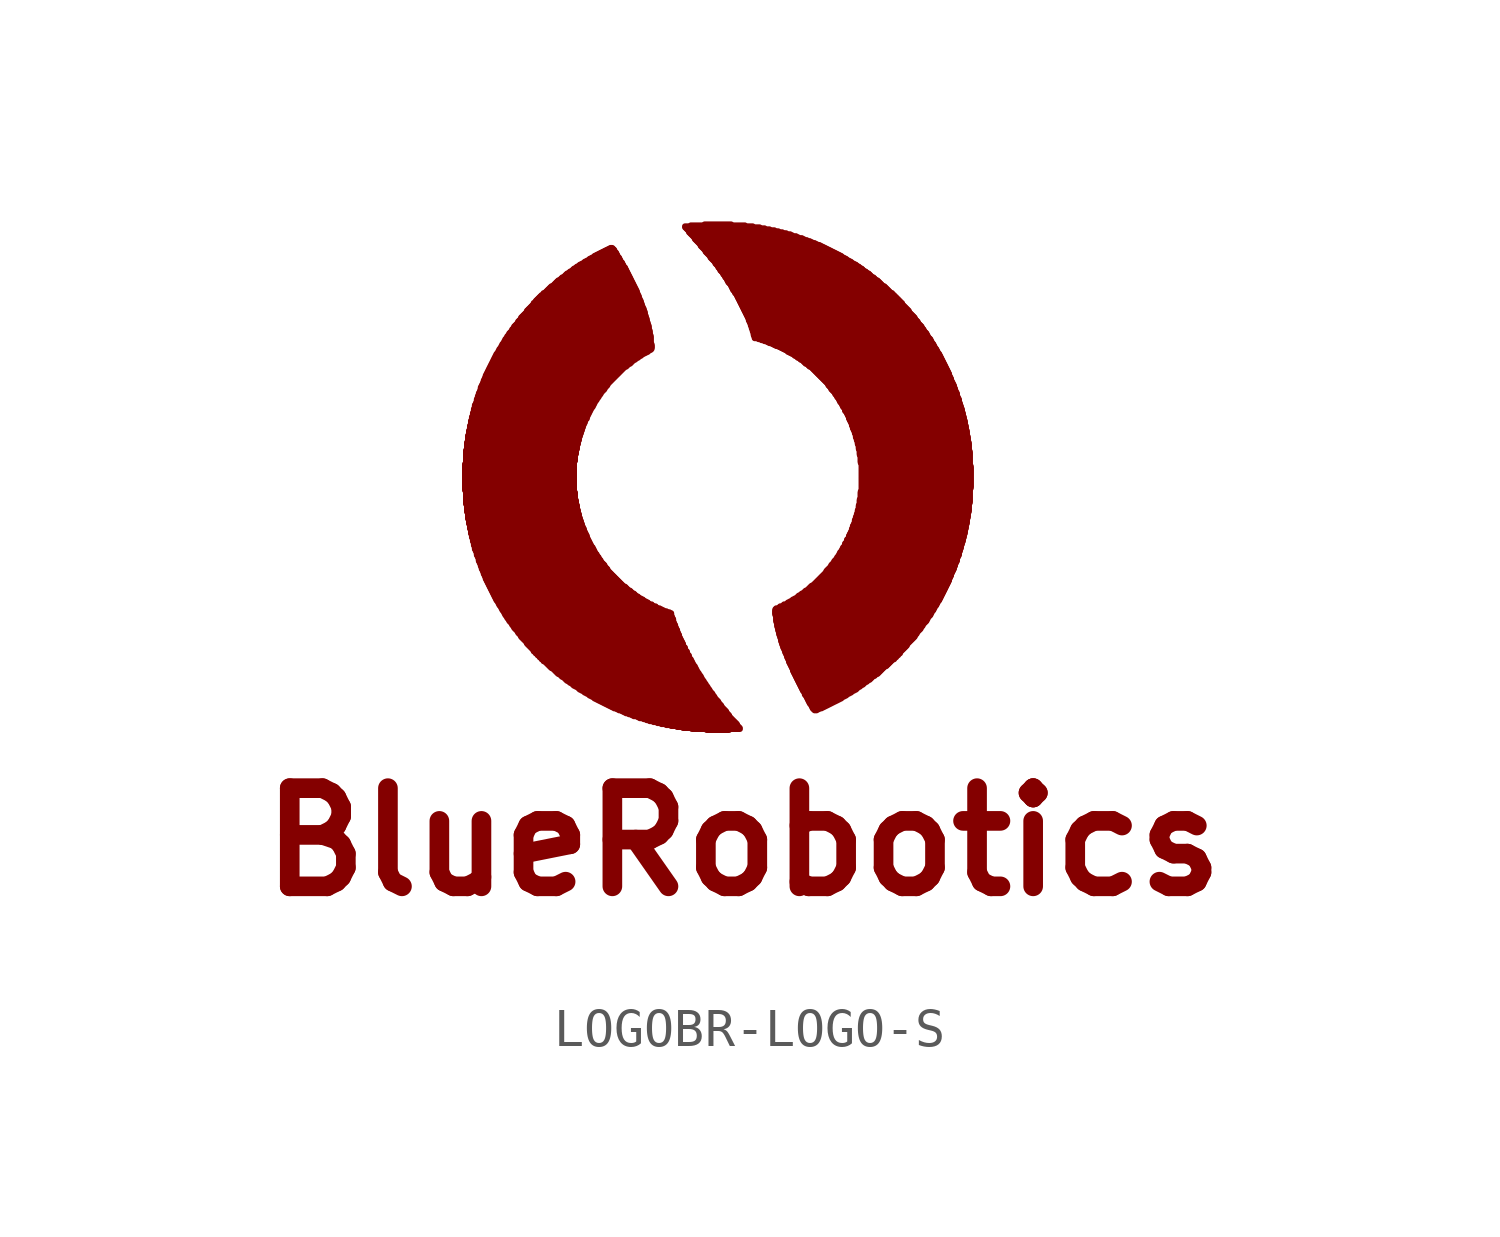
<source format=kicad_sym>
(kicad_symbol_lib
  (version 20231120)
  (generator "kicad_symbol_editor")
  (generator_version "8.0")
  (symbol "LOGOBR-LOGO-S"
    (property "Reference" ""
      (at 0 0 0)
      (effects (font (size 1.27 1.27)) (hide yes)))
    (property "ki_locked" ""
      (at 0 0 0)
      (effects (font (size 1.27 1.27))))
    (symbol "LOGOBR-LOGO-S_1_0"
      (rectangle (start -0.013 6.185) (end 2.807 6.21) (stroke (width 0) (type default)) (fill (type outline)))
      (rectangle (start -0.013 6.21) (end 2.807 6.236) (stroke (width 0) (type default)) (fill (type outline)))
      (rectangle (start -0.013 6.236) (end 2.807 6.261) (stroke (width 0) (type default)) (fill (type outline)))
      (rectangle (start -0.013 6.261) (end 2.807 6.287) (stroke (width 0) (type default)) (fill (type outline)))
      (rectangle (start -0.013 6.287) (end 2.807 6.312) (stroke (width 0) (type default)) (fill (type outline)))
      (rectangle (start -0.013 6.312) (end 2.807 6.337) (stroke (width 0) (type default)) (fill (type outline)))
      (rectangle (start -0.013 6.337) (end 2.807 6.363) (stroke (width 0) (type default)) (fill (type outline)))
      (rectangle (start -0.013 6.363) (end 2.807 6.388) (stroke (width 0) (type default)) (fill (type outline)))
      (rectangle (start -0.013 6.388) (end 2.807 6.413) (stroke (width 0) (type default)) (fill (type outline)))
      (rectangle (start -0.013 6.413) (end 2.807 6.439) (stroke (width 0) (type default)) (fill (type outline)))
      (rectangle (start -0.013 6.439) (end 2.807 6.464) (stroke (width 0) (type default)) (fill (type outline)))
      (rectangle (start -0.013 6.464) (end 2.807 6.49) (stroke (width 0) (type default)) (fill (type outline)))
      (rectangle (start -0.013 6.49) (end 2.807 6.515) (stroke (width 0) (type default)) (fill (type outline)))
      (rectangle (start -0.013 6.515) (end 2.807 6.54) (stroke (width 0) (type default)) (fill (type outline)))
      (rectangle (start -0.013 6.54) (end 2.807 6.566) (stroke (width 0) (type default)) (fill (type outline)))
      (rectangle (start -0.013 6.566) (end 2.807 6.591) (stroke (width 0) (type default)) (fill (type outline)))
      (rectangle (start -0.013 6.591) (end 2.807 6.617) (stroke (width 0) (type default)) (fill (type outline)))
      (rectangle (start -0.013 6.617) (end 2.807 6.642) (stroke (width 0) (type default)) (fill (type outline)))
      (rectangle (start -0.013 6.642) (end 2.807 6.668) (stroke (width 0) (type default)) (fill (type outline)))
      (rectangle (start -0.013 6.668) (end 2.807 6.693) (stroke (width 0) (type default)) (fill (type outline)))
      (rectangle (start -0.013 6.693) (end 2.807 6.718) (stroke (width 0) (type default)) (fill (type outline)))
      (rectangle (start -0.013 6.718) (end 2.807 6.744) (stroke (width 0) (type default)) (fill (type outline)))
      (rectangle (start -0.013 6.744) (end 2.807 6.769) (stroke (width 0) (type default)) (fill (type outline)))
      (rectangle (start -0.013 6.769) (end 2.807 6.795) (stroke (width 0) (type default)) (fill (type outline)))
      (rectangle (start -0.013 6.795) (end 2.807 6.82) (stroke (width 0) (type default)) (fill (type outline)))
      (rectangle (start -0.013 6.82) (end 2.807 6.845) (stroke (width 0) (type default)) (fill (type outline)))
      (rectangle (start -0.013 6.845) (end 2.807 6.871) (stroke (width 0) (type default)) (fill (type outline)))
      (rectangle (start 0.013 5.829) (end 2.857 5.855) (stroke (width 0) (type default)) (fill (type outline)))
      (rectangle (start 0.013 5.855) (end 2.857 5.88) (stroke (width 0) (type default)) (fill (type outline)))
      (rectangle (start 0.013 5.88) (end 2.857 5.905) (stroke (width 0) (type default)) (fill (type outline)))
      (rectangle (start 0.013 5.905) (end 2.857 5.931) (stroke (width 0) (type default)) (fill (type outline)))
      (rectangle (start 0.013 5.931) (end 2.832 5.956) (stroke (width 0) (type default)) (fill (type outline)))
      (rectangle (start 0.013 5.956) (end 2.832 5.982) (stroke (width 0) (type default)) (fill (type outline)))
      (rectangle (start 0.013 5.982) (end 2.832 6.007) (stroke (width 0) (type default)) (fill (type outline)))
      (rectangle (start 0.013 6.007) (end 2.832 6.032) (stroke (width 0) (type default)) (fill (type outline)))
      (rectangle (start 0.013 6.032) (end 2.832 6.058) (stroke (width 0) (type default)) (fill (type outline)))
      (rectangle (start 0.013 6.058) (end 2.832 6.083) (stroke (width 0) (type default)) (fill (type outline)))
      (rectangle (start 0.013 6.083) (end 2.832 6.109) (stroke (width 0) (type default)) (fill (type outline)))
      (rectangle (start 0.013 6.109) (end 2.832 6.134) (stroke (width 0) (type default)) (fill (type outline)))
      (rectangle (start 0.013 6.134) (end 2.807 6.16) (stroke (width 0) (type default)) (fill (type outline)))
      (rectangle (start 0.013 6.16) (end 2.807 6.185) (stroke (width 0) (type default)) (fill (type outline)))
      (rectangle (start 0.013 6.871) (end 2.807 6.896) (stroke (width 0) (type default)) (fill (type outline)))
      (rectangle (start 0.013 6.896) (end 2.807 6.921) (stroke (width 0) (type default)) (fill (type outline)))
      (rectangle (start 0.013 6.921) (end 2.807 6.947) (stroke (width 0) (type default)) (fill (type outline)))
      (rectangle (start 0.013 6.947) (end 2.832 6.972) (stroke (width 0) (type default)) (fill (type outline)))
      (rectangle (start 0.013 6.972) (end 2.832 6.998) (stroke (width 0) (type default)) (fill (type outline)))
      (rectangle (start 0.013 6.998) (end 2.832 7.023) (stroke (width 0) (type default)) (fill (type outline)))
      (rectangle (start 0.013 7.023) (end 2.832 7.048) (stroke (width 0) (type default)) (fill (type outline)))
      (rectangle (start 0.013 7.048) (end 2.832 7.074) (stroke (width 0) (type default)) (fill (type outline)))
      (rectangle (start 0.013 7.074) (end 2.832 7.099) (stroke (width 0) (type default)) (fill (type outline)))
      (rectangle (start 0.013 7.099) (end 2.832 7.125) (stroke (width 0) (type default)) (fill (type outline)))
      (rectangle (start 0.013 7.125) (end 2.857 7.15) (stroke (width 0) (type default)) (fill (type outline)))
      (rectangle (start 0.013 7.15) (end 2.857 7.176) (stroke (width 0) (type default)) (fill (type outline)))
      (rectangle (start 0.013 7.176) (end 2.857 7.201) (stroke (width 0) (type default)) (fill (type outline)))
      (rectangle (start 0.013 7.201) (end 2.857 7.226) (stroke (width 0) (type default)) (fill (type outline)))
      (rectangle (start 0.038 5.626) (end 2.908 5.652) (stroke (width 0) (type default)) (fill (type outline)))
      (rectangle (start 0.038 5.652) (end 2.908 5.677) (stroke (width 0) (type default)) (fill (type outline)))
      (rectangle (start 0.038 5.677) (end 2.883 5.702) (stroke (width 0) (type default)) (fill (type outline)))
      (rectangle (start 0.038 5.702) (end 2.883 5.728) (stroke (width 0) (type default)) (fill (type outline)))
      (rectangle (start 0.038 5.728) (end 2.883 5.753) (stroke (width 0) (type default)) (fill (type outline)))
      (rectangle (start 0.038 5.753) (end 2.883 5.779) (stroke (width 0) (type default)) (fill (type outline)))
      (rectangle (start 0.038 5.779) (end 2.883 5.804) (stroke (width 0) (type default)) (fill (type outline)))
      (rectangle (start 0.038 5.804) (end 2.857 5.829) (stroke (width 0) (type default)) (fill (type outline)))
      (rectangle (start 0.038 7.226) (end 2.857 7.252) (stroke (width 0) (type default)) (fill (type outline)))
      (rectangle (start 0.038 7.252) (end 2.883 7.277) (stroke (width 0) (type default)) (fill (type outline)))
      (rectangle (start 0.038 7.277) (end 2.883 7.303) (stroke (width 0) (type default)) (fill (type outline)))
      (rectangle (start 0.038 7.303) (end 2.883 7.328) (stroke (width 0) (type default)) (fill (type outline)))
      (rectangle (start 0.038 7.328) (end 2.883 7.353) (stroke (width 0) (type default)) (fill (type outline)))
      (rectangle (start 0.038 7.353) (end 2.883 7.379) (stroke (width 0) (type default)) (fill (type outline)))
      (rectangle (start 0.038 7.379) (end 2.908 7.404) (stroke (width 0) (type default)) (fill (type outline)))
      (rectangle (start 0.038 7.404) (end 2.908 7.429) (stroke (width 0) (type default)) (fill (type outline)))
      (rectangle (start 0.064 5.448) (end 2.959 5.474) (stroke (width 0) (type default)) (fill (type outline)))
      (rectangle (start 0.064 5.474) (end 2.934 5.499) (stroke (width 0) (type default)) (fill (type outline)))
      (rectangle (start 0.064 5.499) (end 2.934 5.524) (stroke (width 0) (type default)) (fill (type outline)))
      (rectangle (start 0.064 5.524) (end 2.934 5.55) (stroke (width 0) (type default)) (fill (type outline)))
      (rectangle (start 0.064 5.55) (end 2.934 5.575) (stroke (width 0) (type default)) (fill (type outline)))
      (rectangle (start 0.064 5.575) (end 2.908 5.601) (stroke (width 0) (type default)) (fill (type outline)))
      (rectangle (start 0.064 5.601) (end 2.908 5.626) (stroke (width 0) (type default)) (fill (type outline)))
      (rectangle (start 0.064 7.429) (end 2.908 7.455) (stroke (width 0) (type default)) (fill (type outline)))
      (rectangle (start 0.064 7.455) (end 2.908 7.48) (stroke (width 0) (type default)) (fill (type outline)))
      (rectangle (start 0.064 7.48) (end 2.934 7.506) (stroke (width 0) (type default)) (fill (type outline)))
      (rectangle (start 0.064 7.506) (end 2.934 7.531) (stroke (width 0) (type default)) (fill (type outline)))
      (rectangle (start 0.064 7.531) (end 2.934 7.556) (stroke (width 0) (type default)) (fill (type outline)))
      (rectangle (start 0.064 7.556) (end 2.934 7.582) (stroke (width 0) (type default)) (fill (type outline)))
      (rectangle (start 0.064 7.582) (end 2.959 7.607) (stroke (width 0) (type default)) (fill (type outline)))
      (rectangle (start 0.089 5.321) (end 2.985 5.347) (stroke (width 0) (type default)) (fill (type outline)))
      (rectangle (start 0.089 5.347) (end 2.985 5.372) (stroke (width 0) (type default)) (fill (type outline)))
      (rectangle (start 0.089 5.372) (end 2.985 5.397) (stroke (width 0) (type default)) (fill (type outline)))
      (rectangle (start 0.089 5.397) (end 2.959 5.423) (stroke (width 0) (type default)) (fill (type outline)))
      (rectangle (start 0.089 5.423) (end 2.959 5.448) (stroke (width 0) (type default)) (fill (type outline)))
      (rectangle (start 0.089 7.607) (end 2.959 7.633) (stroke (width 0) (type default)) (fill (type outline)))
      (rectangle (start 0.089 7.633) (end 2.959 7.658) (stroke (width 0) (type default)) (fill (type outline)))
      (rectangle (start 0.089 7.658) (end 2.985 7.684) (stroke (width 0) (type default)) (fill (type outline)))
      (rectangle (start 0.089 7.684) (end 2.985 7.709) (stroke (width 0) (type default)) (fill (type outline)))
      (rectangle (start 0.089 7.709) (end 2.985 7.734) (stroke (width 0) (type default)) (fill (type outline)))
      (rectangle (start 0.114 5.194) (end 3.035 5.22) (stroke (width 0) (type default)) (fill (type outline)))
      (rectangle (start 0.114 5.22) (end 3.035 5.245) (stroke (width 0) (type default)) (fill (type outline)))
      (rectangle (start 0.114 5.245) (end 3.01 5.271) (stroke (width 0) (type default)) (fill (type outline)))
      (rectangle (start 0.114 5.271) (end 3.01 5.296) (stroke (width 0) (type default)) (fill (type outline)))
      (rectangle (start 0.114 5.296) (end 3.01 5.321) (stroke (width 0) (type default)) (fill (type outline)))
      (rectangle (start 0.114 7.734) (end 3.01 7.76) (stroke (width 0) (type default)) (fill (type outline)))
      (rectangle (start 0.114 7.76) (end 3.01 7.785) (stroke (width 0) (type default)) (fill (type outline)))
      (rectangle (start 0.114 7.785) (end 3.01 7.811) (stroke (width 0) (type default)) (fill (type outline)))
      (rectangle (start 0.114 7.811) (end 3.035 7.836) (stroke (width 0) (type default)) (fill (type outline)))
      (rectangle (start 0.114 7.836) (end 3.035 7.861) (stroke (width 0) (type default)) (fill (type outline)))
      (rectangle (start 0.14 5.067) (end 3.086 5.093) (stroke (width 0) (type default)) (fill (type outline)))
      (rectangle (start 0.14 5.093) (end 3.086 5.118) (stroke (width 0) (type default)) (fill (type outline)))
      (rectangle (start 0.14 5.118) (end 3.061 5.144) (stroke (width 0) (type default)) (fill (type outline)))
      (rectangle (start 0.14 5.144) (end 3.061 5.169) (stroke (width 0) (type default)) (fill (type outline)))
      (rectangle (start 0.14 5.169) (end 3.061 5.194) (stroke (width 0) (type default)) (fill (type outline)))
      (rectangle (start 0.14 7.861) (end 3.035 7.887) (stroke (width 0) (type default)) (fill (type outline)))
      (rectangle (start 0.14 7.887) (end 3.061 7.912) (stroke (width 0) (type default)) (fill (type outline)))
      (rectangle (start 0.14 7.912) (end 3.061 7.938) (stroke (width 0) (type default)) (fill (type outline)))
      (rectangle (start 0.14 7.938) (end 3.086 7.963) (stroke (width 0) (type default)) (fill (type outline)))
      (rectangle (start 0.14 7.963) (end 3.086 7.988) (stroke (width 0) (type default)) (fill (type outline)))
      (rectangle (start 0.165 4.966) (end 3.137 4.991) (stroke (width 0) (type default)) (fill (type outline)))
      (rectangle (start 0.165 4.991) (end 3.137 5.016) (stroke (width 0) (type default)) (fill (type outline)))
      (rectangle (start 0.165 5.016) (end 3.111 5.042) (stroke (width 0) (type default)) (fill (type outline)))
      (rectangle (start 0.165 5.042) (end 3.111 5.067) (stroke (width 0) (type default)) (fill (type outline)))
      (rectangle (start 0.165 7.988) (end 3.086 8.014) (stroke (width 0) (type default)) (fill (type outline)))
      (rectangle (start 0.165 8.014) (end 3.111 8.039) (stroke (width 0) (type default)) (fill (type outline)))
      (rectangle (start 0.165 8.039) (end 3.137 8.065) (stroke (width 0) (type default)) (fill (type outline)))
      (rectangle (start 0.165 8.065) (end 3.137 8.09) (stroke (width 0) (type default)) (fill (type outline)))
      (rectangle (start 0.191 4.864) (end 3.188 4.889) (stroke (width 0) (type default)) (fill (type outline)))
      (rectangle (start 0.191 4.889) (end 3.162 4.915) (stroke (width 0) (type default)) (fill (type outline)))
      (rectangle (start 0.191 4.915) (end 3.162 4.94) (stroke (width 0) (type default)) (fill (type outline)))
      (rectangle (start 0.191 4.94) (end 3.137 4.966) (stroke (width 0) (type default)) (fill (type outline)))
      (rectangle (start 0.191 8.09) (end 3.137 8.115) (stroke (width 0) (type default)) (fill (type outline)))
      (rectangle (start 0.191 8.115) (end 3.162 8.141) (stroke (width 0) (type default)) (fill (type outline)))
      (rectangle (start 0.191 8.141) (end 3.162 8.166) (stroke (width 0) (type default)) (fill (type outline)))
      (rectangle (start 0.191 8.166) (end 3.188 8.191) (stroke (width 0) (type default)) (fill (type outline)))
      (rectangle (start 0.216 4.763) (end 3.239 4.788) (stroke (width 0) (type default)) (fill (type outline)))
      (rectangle (start 0.216 4.788) (end 3.213 4.813) (stroke (width 0) (type default)) (fill (type outline)))
      (rectangle (start 0.216 4.813) (end 3.213 4.839) (stroke (width 0) (type default)) (fill (type outline)))
      (rectangle (start 0.216 4.839) (end 3.188 4.864) (stroke (width 0) (type default)) (fill (type outline)))
      (rectangle (start 0.216 8.191) (end 3.188 8.217) (stroke (width 0) (type default)) (fill (type outline)))
      (rectangle (start 0.216 8.217) (end 3.213 8.242) (stroke (width 0) (type default)) (fill (type outline)))
      (rectangle (start 0.216 8.242) (end 3.213 8.268) (stroke (width 0) (type default)) (fill (type outline)))
      (rectangle (start 0.216 8.268) (end 3.239 8.293) (stroke (width 0) (type default)) (fill (type outline)))
      (rectangle (start 0.241 4.661) (end 3.289 4.686) (stroke (width 0) (type default)) (fill (type outline)))
      (rectangle (start 0.241 4.686) (end 3.289 4.712) (stroke (width 0) (type default)) (fill (type outline)))
      (rectangle (start 0.241 4.712) (end 3.264 4.737) (stroke (width 0) (type default)) (fill (type outline)))
      (rectangle (start 0.241 4.737) (end 3.239 4.763) (stroke (width 0) (type default)) (fill (type outline)))
      (rectangle (start 0.241 8.293) (end 3.239 8.319) (stroke (width 0) (type default)) (fill (type outline)))
      (rectangle (start 0.241 8.319) (end 3.264 8.344) (stroke (width 0) (type default)) (fill (type outline)))
      (rectangle (start 0.241 8.344) (end 3.289 8.369) (stroke (width 0) (type default)) (fill (type outline)))
      (rectangle (start 0.241 8.369) (end 3.289 8.395) (stroke (width 0) (type default)) (fill (type outline)))
      (rectangle (start 0.267 4.61) (end 3.315 4.636) (stroke (width 0) (type default)) (fill (type outline)))
      (rectangle (start 0.267 4.636) (end 3.315 4.661) (stroke (width 0) (type default)) (fill (type outline)))
      (rectangle (start 0.267 8.395) (end 3.315 8.42) (stroke (width 0) (type default)) (fill (type outline)))
      (rectangle (start 0.267 8.42) (end 3.315 8.445) (stroke (width 0) (type default)) (fill (type outline)))
      (rectangle (start 0.292 4.508) (end 3.391 4.534) (stroke (width 0) (type default)) (fill (type outline)))
      (rectangle (start 0.292 4.534) (end 3.365 4.559) (stroke (width 0) (type default)) (fill (type outline)))
      (rectangle (start 0.292 4.559) (end 3.34 4.585) (stroke (width 0) (type default)) (fill (type outline)))
      (rectangle (start 0.292 4.585) (end 3.34 4.61) (stroke (width 0) (type default)) (fill (type outline)))
      (rectangle (start 0.292 8.445) (end 3.34 8.471) (stroke (width 0) (type default)) (fill (type outline)))
      (rectangle (start 0.292 8.471) (end 3.34 8.496) (stroke (width 0) (type default)) (fill (type outline)))
      (rectangle (start 0.292 8.496) (end 3.365 8.522) (stroke (width 0) (type default)) (fill (type outline)))
      (rectangle (start 0.292 8.522) (end 3.391 8.547) (stroke (width 0) (type default)) (fill (type outline)))
      (rectangle (start 0.318 4.458) (end 3.416 4.483) (stroke (width 0) (type default)) (fill (type outline)))
      (rectangle (start 0.318 4.483) (end 3.391 4.508) (stroke (width 0) (type default)) (fill (type outline)))
      (rectangle (start 0.318 8.547) (end 3.391 8.572) (stroke (width 0) (type default)) (fill (type outline)))
      (rectangle (start 0.318 8.572) (end 3.416 8.598) (stroke (width 0) (type default)) (fill (type outline)))
      (rectangle (start 0.318 8.598) (end 3.442 8.623) (stroke (width 0) (type default)) (fill (type outline)))
      (rectangle (start 0.343 4.356) (end 3.493 4.381) (stroke (width 0) (type default)) (fill (type outline)))
      (rectangle (start 0.343 4.381) (end 3.467 4.407) (stroke (width 0) (type default)) (fill (type outline)))
      (rectangle (start 0.343 4.407) (end 3.442 4.432) (stroke (width 0) (type default)) (fill (type outline)))
      (rectangle (start 0.343 4.432) (end 3.442 4.458) (stroke (width 0) (type default)) (fill (type outline)))
      (rectangle (start 0.343 8.623) (end 3.442 8.649) (stroke (width 0) (type default)) (fill (type outline)))
      (rectangle (start 0.343 8.649) (end 3.467 8.674) (stroke (width 0) (type default)) (fill (type outline)))
      (rectangle (start 0.343 8.674) (end 3.493 8.7) (stroke (width 0) (type default)) (fill (type outline)))
      (rectangle (start 0.368 4.305) (end 3.518 4.331) (stroke (width 0) (type default)) (fill (type outline)))
      (rectangle (start 0.368 4.331) (end 3.493 4.356) (stroke (width 0) (type default)) (fill (type outline)))
      (rectangle (start 0.368 8.7) (end 3.493 8.725) (stroke (width 0) (type default)) (fill (type outline)))
      (rectangle (start 0.368 8.725) (end 3.518 8.75) (stroke (width 0) (type default)) (fill (type outline)))
      (rectangle (start 0.394 4.229) (end 3.594 4.255) (stroke (width 0) (type default)) (fill (type outline)))
      (rectangle (start 0.394 4.255) (end 3.569 4.28) (stroke (width 0) (type default)) (fill (type outline)))
      (rectangle (start 0.394 4.28) (end 3.543 4.305) (stroke (width 0) (type default)) (fill (type outline)))
      (rectangle (start 0.394 8.75) (end 3.543 8.776) (stroke (width 0) (type default)) (fill (type outline)))
      (rectangle (start 0.394 8.776) (end 3.569 8.801) (stroke (width 0) (type default)) (fill (type outline)))
      (rectangle (start 0.394 8.801) (end 3.594 8.826) (stroke (width 0) (type default)) (fill (type outline)))
      (rectangle (start 0.394 8.826) (end 3.594 8.852) (stroke (width 0) (type default)) (fill (type outline)))
      (rectangle (start 0.419 4.153) (end 3.645 4.178) (stroke (width 0) (type default)) (fill (type outline)))
      (rectangle (start 0.419 4.178) (end 3.619 4.204) (stroke (width 0) (type default)) (fill (type outline)))
      (rectangle (start 0.419 4.204) (end 3.594 4.229) (stroke (width 0) (type default)) (fill (type outline)))
      (rectangle (start 0.419 8.852) (end 3.619 8.877) (stroke (width 0) (type default)) (fill (type outline)))
      (rectangle (start 0.419 8.877) (end 3.645 8.903) (stroke (width 0) (type default)) (fill (type outline)))
      (rectangle (start 0.445 4.102) (end 3.67 4.128) (stroke (width 0) (type default)) (fill (type outline)))
      (rectangle (start 0.445 4.128) (end 3.67 4.153) (stroke (width 0) (type default)) (fill (type outline)))
      (rectangle (start 0.445 8.903) (end 3.67 8.928) (stroke (width 0) (type default)) (fill (type outline)))
      (rectangle (start 0.445 8.928) (end 3.67 8.954) (stroke (width 0) (type default)) (fill (type outline)))
      (rectangle (start 0.47 4.026) (end 3.747 4.051) (stroke (width 0) (type default)) (fill (type outline)))
      (rectangle (start 0.47 4.051) (end 3.721 4.077) (stroke (width 0) (type default)) (fill (type outline)))
      (rectangle (start 0.47 4.077) (end 3.696 4.102) (stroke (width 0) (type default)) (fill (type outline)))
      (rectangle (start 0.47 8.954) (end 3.696 8.979) (stroke (width 0) (type default)) (fill (type outline)))
      (rectangle (start 0.47 8.979) (end 3.721 9.004) (stroke (width 0) (type default)) (fill (type outline)))
      (rectangle (start 0.47 9.004) (end 3.747 9.03) (stroke (width 0) (type default)) (fill (type outline)))
      (rectangle (start 0.495 3.975) (end 3.797 4) (stroke (width 0) (type default)) (fill (type outline)))
      (rectangle (start 0.495 4) (end 3.772 4.026) (stroke (width 0) (type default)) (fill (type outline)))
      (rectangle (start 0.495 9.03) (end 3.772 9.055) (stroke (width 0) (type default)) (fill (type outline)))
      (rectangle (start 0.495 9.055) (end 3.797 9.081) (stroke (width 0) (type default)) (fill (type outline)))
      (rectangle (start 0.521 3.899) (end 3.873 3.924) (stroke (width 0) (type default)) (fill (type outline)))
      (rectangle (start 0.521 3.924) (end 3.848 3.95) (stroke (width 0) (type default)) (fill (type outline)))
      (rectangle (start 0.521 3.95) (end 3.823 3.975) (stroke (width 0) (type default)) (fill (type outline)))
      (rectangle (start 0.521 9.081) (end 3.823 9.106) (stroke (width 0) (type default)) (fill (type outline)))
      (rectangle (start 0.521 9.106) (end 3.848 9.131) (stroke (width 0) (type default)) (fill (type outline)))
      (rectangle (start 0.521 9.131) (end 3.873 9.157) (stroke (width 0) (type default)) (fill (type outline)))
      (rectangle (start 0.546 3.848) (end 3.924 3.873) (stroke (width 0) (type default)) (fill (type outline)))
      (rectangle (start 0.546 3.873) (end 3.899 3.899) (stroke (width 0) (type default)) (fill (type outline)))
      (rectangle (start 0.546 9.157) (end 3.899 9.182) (stroke (width 0) (type default)) (fill (type outline)))
      (rectangle (start 0.546 9.182) (end 3.924 9.207) (stroke (width 0) (type default)) (fill (type outline)))
      (rectangle (start 0.572 3.797) (end 3.975 3.823) (stroke (width 0) (type default)) (fill (type outline)))
      (rectangle (start 0.572 3.823) (end 3.95 3.848) (stroke (width 0) (type default)) (fill (type outline)))
      (rectangle (start 0.572 9.207) (end 3.95 9.233) (stroke (width 0) (type default)) (fill (type outline)))
      (rectangle (start 0.572 9.233) (end 3.975 9.258) (stroke (width 0) (type default)) (fill (type outline)))
      (rectangle (start 0.597 3.747) (end 4.026 3.772) (stroke (width 0) (type default)) (fill (type outline)))
      (rectangle (start 0.597 3.772) (end 4 3.797) (stroke (width 0) (type default)) (fill (type outline)))
      (rectangle (start 0.597 9.258) (end 4 9.284) (stroke (width 0) (type default)) (fill (type outline)))
      (rectangle (start 0.597 9.284) (end 4.026 9.309) (stroke (width 0) (type default)) (fill (type outline)))
      (rectangle (start 0.622 3.696) (end 4.077 3.721) (stroke (width 0) (type default)) (fill (type outline)))
      (rectangle (start 0.622 3.721) (end 4.051 3.747) (stroke (width 0) (type default)) (fill (type outline)))
      (rectangle (start 0.622 9.309) (end 4.051 9.335) (stroke (width 0) (type default)) (fill (type outline)))
      (rectangle (start 0.622 9.335) (end 4.077 9.36) (stroke (width 0) (type default)) (fill (type outline)))
      (rectangle (start 0.648 3.645) (end 4.153 3.67) (stroke (width 0) (type default)) (fill (type outline)))
      (rectangle (start 0.648 3.67) (end 4.128 3.696) (stroke (width 0) (type default)) (fill (type outline)))
      (rectangle (start 0.648 9.36) (end 4.102 9.385) (stroke (width 0) (type default)) (fill (type outline)))
      (rectangle (start 0.648 9.385) (end 4.153 9.411) (stroke (width 0) (type default)) (fill (type outline)))
      (rectangle (start 0.673 3.594) (end 4.204 3.619) (stroke (width 0) (type default)) (fill (type outline)))
      (rectangle (start 0.673 3.619) (end 4.178 3.645) (stroke (width 0) (type default)) (fill (type outline)))
      (rectangle (start 0.673 9.411) (end 4.178 9.436) (stroke (width 0) (type default)) (fill (type outline)))
      (rectangle (start 0.673 9.436) (end 4.204 9.461) (stroke (width 0) (type default)) (fill (type outline)))
      (rectangle (start 0.699 3.543) (end 4.28 3.569) (stroke (width 0) (type default)) (fill (type outline)))
      (rectangle (start 0.699 3.569) (end 4.255 3.594) (stroke (width 0) (type default)) (fill (type outline)))
      (rectangle (start 0.699 9.461) (end 4.255 9.487) (stroke (width 0) (type default)) (fill (type outline)))
      (rectangle (start 0.699 9.487) (end 4.28 9.512) (stroke (width 0) (type default)) (fill (type outline)))
      (rectangle (start 0.724 3.493) (end 4.356 3.518) (stroke (width 0) (type default)) (fill (type outline)))
      (rectangle (start 0.724 3.518) (end 4.305 3.543) (stroke (width 0) (type default)) (fill (type outline)))
      (rectangle (start 0.724 9.512) (end 4.305 9.538) (stroke (width 0) (type default)) (fill (type outline)))
      (rectangle (start 0.724 9.538) (end 4.331 9.563) (stroke (width 0) (type default)) (fill (type outline)))
      (rectangle (start 0.749 3.442) (end 4.407 3.467) (stroke (width 0) (type default)) (fill (type outline)))
      (rectangle (start 0.749 3.467) (end 4.381 3.493) (stroke (width 0) (type default)) (fill (type outline)))
      (rectangle (start 0.749 9.563) (end 4.381 9.588) (stroke (width 0) (type default)) (fill (type outline)))
      (rectangle (start 0.749 9.588) (end 4.407 9.614) (stroke (width 0) (type default)) (fill (type outline)))
      (rectangle (start 0.775 3.391) (end 4.483 3.416) (stroke (width 0) (type default)) (fill (type outline)))
      (rectangle (start 0.775 3.416) (end 4.458 3.442) (stroke (width 0) (type default)) (fill (type outline)))
      (rectangle (start 0.775 9.614) (end 4.458 9.639) (stroke (width 0) (type default)) (fill (type outline)))
      (rectangle (start 0.775 9.639) (end 4.483 9.665) (stroke (width 0) (type default)) (fill (type outline)))
      (rectangle (start 0.8 3.34) (end 4.585 3.365) (stroke (width 0) (type default)) (fill (type outline)))
      (rectangle (start 0.8 3.365) (end 4.534 3.391) (stroke (width 0) (type default)) (fill (type outline)))
      (rectangle (start 0.8 9.665) (end 4.534 9.69) (stroke (width 0) (type default)) (fill (type outline)))
      (rectangle (start 0.8 9.69) (end 4.559 9.716) (stroke (width 0) (type default)) (fill (type outline)))
      (rectangle (start 0.826 3.315) (end 4.61 3.34) (stroke (width 0) (type default)) (fill (type outline)))
      (rectangle (start 0.826 9.716) (end 4.61 9.741) (stroke (width 0) (type default)) (fill (type outline)))
      (rectangle (start 0.851 3.264) (end 4.712 3.289) (stroke (width 0) (type default)) (fill (type outline)))
      (rectangle (start 0.851 3.289) (end 4.661 3.315) (stroke (width 0) (type default)) (fill (type outline)))
      (rectangle (start 0.851 9.741) (end 4.661 9.766) (stroke (width 0) (type default)) (fill (type outline)))
      (rectangle (start 0.851 9.766) (end 4.712 9.792) (stroke (width 0) (type default)) (fill (type outline)))
      (rectangle (start 0.876 3.213) (end 4.813 3.239) (stroke (width 0) (type default)) (fill (type outline)))
      (rectangle (start 0.876 3.239) (end 4.737 3.264) (stroke (width 0) (type default)) (fill (type outline)))
      (rectangle (start 0.876 9.792) (end 4.737 9.817) (stroke (width 0) (type default)) (fill (type outline)))
      (rectangle (start 0.876 9.817) (end 4.788 9.842) (stroke (width 0) (type default)) (fill (type outline)))
      (rectangle (start 0.902 3.188) (end 4.839 3.213) (stroke (width 0) (type default)) (fill (type outline)))
      (rectangle (start 0.902 9.842) (end 4.813 9.868) (stroke (width 0) (type default)) (fill (type outline)))
      (rectangle (start 0.927 3.137) (end 4.94 3.162) (stroke (width 0) (type default)) (fill (type outline)))
      (rectangle (start 0.927 3.162) (end 4.915 3.188) (stroke (width 0) (type default)) (fill (type outline)))
      (rectangle (start 0.927 9.868) (end 4.813 9.893) (stroke (width 0) (type default)) (fill (type outline)))
      (rectangle (start 0.927 9.893) (end 4.813 9.919) (stroke (width 0) (type default)) (fill (type outline)))
      (rectangle (start 0.953 3.086) (end 5.067 3.111) (stroke (width 0) (type default)) (fill (type outline)))
      (rectangle (start 0.953 3.111) (end 5.016 3.137) (stroke (width 0) (type default)) (fill (type outline)))
      (rectangle (start 0.953 9.919) (end 4.813 9.944) (stroke (width 0) (type default)) (fill (type outline)))
      (rectangle (start 0.953 9.944) (end 4.813 9.97) (stroke (width 0) (type default)) (fill (type outline)))
      (rectangle (start 0.978 3.061) (end 5.118 3.086) (stroke (width 0) (type default)) (fill (type outline)))
      (rectangle (start 0.978 9.97) (end 4.788 9.995) (stroke (width 0) (type default)) (fill (type outline)))
      (rectangle (start 1.003 3.01) (end 5.271 3.035) (stroke (width 0) (type default)) (fill (type outline)))
      (rectangle (start 1.003 3.035) (end 5.194 3.061) (stroke (width 0) (type default)) (fill (type outline)))
      (rectangle (start 1.003 9.995) (end 4.788 10.02) (stroke (width 0) (type default)) (fill (type outline)))
      (rectangle (start 1.003 10.02) (end 4.788 10.046) (stroke (width 0) (type default)) (fill (type outline)))
      (rectangle (start 1.029 2.959) (end 5.321 2.985) (stroke (width 0) (type default)) (fill (type outline)))
      (rectangle (start 1.029 2.985) (end 5.321 3.01) (stroke (width 0) (type default)) (fill (type outline)))
      (rectangle (start 1.029 10.046) (end 4.788 10.071) (stroke (width 0) (type default)) (fill (type outline)))
      (rectangle (start 1.029 10.071) (end 4.788 10.097) (stroke (width 0) (type default)) (fill (type outline)))
      (rectangle (start 1.054 2.934) (end 5.321 2.959) (stroke (width 0) (type default)) (fill (type outline)))
      (rectangle (start 1.054 10.097) (end 4.788 10.122) (stroke (width 0) (type default)) (fill (type outline)))
      (rectangle (start 1.079 2.883) (end 5.347 2.908) (stroke (width 0) (type default)) (fill (type outline)))
      (rectangle (start 1.079 2.908) (end 5.321 2.934) (stroke (width 0) (type default)) (fill (type outline)))
      (rectangle (start 1.079 10.122) (end 4.788 10.147) (stroke (width 0) (type default)) (fill (type outline)))
      (rectangle (start 1.079 10.147) (end 4.788 10.173) (stroke (width 0) (type default)) (fill (type outline)))
      (rectangle (start 1.105 2.857) (end 5.347 2.883) (stroke (width 0) (type default)) (fill (type outline)))
      (rectangle (start 1.105 10.173) (end 4.788 10.198) (stroke (width 0) (type default)) (fill (type outline)))
      (rectangle (start 1.13 2.807) (end 5.372 2.832) (stroke (width 0) (type default)) (fill (type outline)))
      (rectangle (start 1.13 2.832) (end 5.372 2.857) (stroke (width 0) (type default)) (fill (type outline)))
      (rectangle (start 1.13 10.198) (end 4.763 10.223) (stroke (width 0) (type default)) (fill (type outline)))
      (rectangle (start 1.13 10.223) (end 4.763 10.249) (stroke (width 0) (type default)) (fill (type outline)))
      (rectangle (start 1.156 2.781) (end 5.372 2.807) (stroke (width 0) (type default)) (fill (type outline)))
      (rectangle (start 1.156 10.249) (end 4.763 10.274) (stroke (width 0) (type default)) (fill (type outline)))
      (rectangle (start 1.181 2.756) (end 5.372 2.781) (stroke (width 0) (type default)) (fill (type outline)))
      (rectangle (start 1.181 10.274) (end 4.763 10.3) (stroke (width 0) (type default)) (fill (type outline)))
      (rectangle (start 1.206 2.705) (end 5.397 2.731) (stroke (width 0) (type default)) (fill (type outline)))
      (rectangle (start 1.206 2.731) (end 5.397 2.756) (stroke (width 0) (type default)) (fill (type outline)))
      (rectangle (start 1.206 10.3) (end 4.763 10.325) (stroke (width 0) (type default)) (fill (type outline)))
      (rectangle (start 1.206 10.325) (end 4.737 10.351) (stroke (width 0) (type default)) (fill (type outline)))
      (rectangle (start 1.232 2.68) (end 5.423 2.705) (stroke (width 0) (type default)) (fill (type outline)))
      (rectangle (start 1.232 10.351) (end 4.737 10.376) (stroke (width 0) (type default)) (fill (type outline)))
      (rectangle (start 1.257 2.629) (end 5.423 2.654) (stroke (width 0) (type default)) (fill (type outline)))
      (rectangle (start 1.257 2.654) (end 5.423 2.68) (stroke (width 0) (type default)) (fill (type outline)))
      (rectangle (start 1.257 10.376) (end 4.737 10.401) (stroke (width 0) (type default)) (fill (type outline)))
      (rectangle (start 1.257 10.401) (end 4.737 10.427) (stroke (width 0) (type default)) (fill (type outline)))
      (rectangle (start 1.283 2.603) (end 5.448 2.629) (stroke (width 0) (type default)) (fill (type outline)))
      (rectangle (start 1.283 10.427) (end 4.737 10.452) (stroke (width 0) (type default)) (fill (type outline)))
      (rectangle (start 1.308 2.578) (end 5.448 2.603) (stroke (width 0) (type default)) (fill (type outline)))
      (rectangle (start 1.308 10.452) (end 4.712 10.477) (stroke (width 0) (type default)) (fill (type outline)))
      (rectangle (start 1.333 2.553) (end 5.474 2.578) (stroke (width 0) (type default)) (fill (type outline)))
      (rectangle (start 1.333 10.477) (end 4.712 10.503) (stroke (width 0) (type default)) (fill (type outline)))
      (rectangle (start 1.359 2.502) (end 5.474 2.527) (stroke (width 0) (type default)) (fill (type outline)))
      (rectangle (start 1.359 2.527) (end 5.474 2.553) (stroke (width 0) (type default)) (fill (type outline)))
      (rectangle (start 1.359 10.503) (end 4.712 10.528) (stroke (width 0) (type default)) (fill (type outline)))
      (rectangle (start 1.359 10.528) (end 4.686 10.554) (stroke (width 0) (type default)) (fill (type outline)))
      (rectangle (start 1.384 2.477) (end 5.499 2.502) (stroke (width 0) (type default)) (fill (type outline)))
      (rectangle (start 1.384 10.554) (end 4.686 10.579) (stroke (width 0) (type default)) (fill (type outline)))
      (rectangle (start 1.41 2.451) (end 5.499 2.477) (stroke (width 0) (type default)) (fill (type outline)))
      (rectangle (start 1.41 10.579) (end 4.686 10.604) (stroke (width 0) (type default)) (fill (type outline)))
      (rectangle (start 1.435 2.4) (end 5.524 2.426) (stroke (width 0) (type default)) (fill (type outline)))
      (rectangle (start 1.435 2.426) (end 5.524 2.451) (stroke (width 0) (type default)) (fill (type outline)))
      (rectangle (start 1.435 10.604) (end 4.686 10.63) (stroke (width 0) (type default)) (fill (type outline)))
      (rectangle (start 1.435 10.63) (end 4.661 10.655) (stroke (width 0) (type default)) (fill (type outline)))
      (rectangle (start 1.46 2.375) (end 5.524 2.4) (stroke (width 0) (type default)) (fill (type outline)))
      (rectangle (start 1.46 10.655) (end 4.661 10.681) (stroke (width 0) (type default)) (fill (type outline)))
      (rectangle (start 1.486 2.349) (end 5.55 2.375) (stroke (width 0) (type default)) (fill (type outline)))
      (rectangle (start 1.486 10.681) (end 4.661 10.706) (stroke (width 0) (type default)) (fill (type outline)))
      (rectangle (start 1.511 2.324) (end 5.55 2.349) (stroke (width 0) (type default)) (fill (type outline)))
      (rectangle (start 1.511 10.706) (end 4.636 10.732) (stroke (width 0) (type default)) (fill (type outline)))
      (rectangle (start 1.537 2.299) (end 5.575 2.324) (stroke (width 0) (type default)) (fill (type outline)))
      (rectangle (start 1.537 10.732) (end 4.636 10.757) (stroke (width 0) (type default)) (fill (type outline)))
      (rectangle (start 1.562 2.273) (end 5.575 2.299) (stroke (width 0) (type default)) (fill (type outline)))
      (rectangle (start 1.562 10.757) (end 4.636 10.782) (stroke (width 0) (type default)) (fill (type outline)))
      (rectangle (start 1.587 2.223) (end 5.601 2.248) (stroke (width 0) (type default)) (fill (type outline)))
      (rectangle (start 1.587 2.248) (end 5.601 2.273) (stroke (width 0) (type default)) (fill (type outline)))
      (rectangle (start 1.587 10.782) (end 4.636 10.808) (stroke (width 0) (type default)) (fill (type outline)))
      (rectangle (start 1.587 10.808) (end 4.61 10.833) (stroke (width 0) (type default)) (fill (type outline)))
      (rectangle (start 1.613 2.197) (end 5.626 2.223) (stroke (width 0) (type default)) (fill (type outline)))
      (rectangle (start 1.613 10.833) (end 4.61 10.858) (stroke (width 0) (type default)) (fill (type outline)))
      (rectangle (start 1.638 2.172) (end 5.626 2.197) (stroke (width 0) (type default)) (fill (type outline)))
      (rectangle (start 1.638 10.858) (end 4.61 10.884) (stroke (width 0) (type default)) (fill (type outline)))
      (rectangle (start 1.664 2.146) (end 5.626 2.172) (stroke (width 0) (type default)) (fill (type outline)))
      (rectangle (start 1.664 10.884) (end 4.585 10.909) (stroke (width 0) (type default)) (fill (type outline)))
      (rectangle (start 1.689 2.121) (end 5.652 2.146) (stroke (width 0) (type default)) (fill (type outline)))
      (rectangle (start 1.689 10.909) (end 4.585 10.935) (stroke (width 0) (type default)) (fill (type outline)))
      (rectangle (start 1.714 2.095) (end 5.677 2.121) (stroke (width 0) (type default)) (fill (type outline)))
      (rectangle (start 1.714 10.935) (end 4.559 10.96) (stroke (width 0) (type default)) (fill (type outline)))
      (rectangle (start 1.74 2.07) (end 5.677 2.095) (stroke (width 0) (type default)) (fill (type outline)))
      (rectangle (start 1.74 10.96) (end 4.559 10.986) (stroke (width 0) (type default)) (fill (type outline)))
      (rectangle (start 1.765 2.019) (end 5.702 2.045) (stroke (width 0) (type default)) (fill (type outline)))
      (rectangle (start 1.765 2.045) (end 5.677 2.07) (stroke (width 0) (type default)) (fill (type outline)))
      (rectangle (start 1.765 10.986) (end 4.559 11.011) (stroke (width 0) (type default)) (fill (type outline)))
      (rectangle (start 1.765 11.011) (end 4.534 11.036) (stroke (width 0) (type default)) (fill (type outline)))
      (rectangle (start 1.816 1.968) (end 5.728 1.994) (stroke (width 0) (type default)) (fill (type outline)))
      (rectangle (start 1.816 1.994) (end 5.728 2.019) (stroke (width 0) (type default)) (fill (type outline)))
      (rectangle (start 1.816 11.036) (end 4.534 11.062) (stroke (width 0) (type default)) (fill (type outline)))
      (rectangle (start 1.816 11.062) (end 4.534 11.087) (stroke (width 0) (type default)) (fill (type outline)))
      (rectangle (start 1.841 11.087) (end 4.508 11.113) (stroke (width 0) (type default)) (fill (type outline)))
      (rectangle (start 1.867 1.918) (end 5.753 1.943) (stroke (width 0) (type default)) (fill (type outline)))
      (rectangle (start 1.867 1.943) (end 5.728 1.968) (stroke (width 0) (type default)) (fill (type outline)))
      (rectangle (start 1.867 11.113) (end 4.508 11.138) (stroke (width 0) (type default)) (fill (type outline)))
      (rectangle (start 1.892 11.138) (end 4.483 11.163) (stroke (width 0) (type default)) (fill (type outline)))
      (rectangle (start 1.918 1.867) (end 5.779 1.892) (stroke (width 0) (type default)) (fill (type outline)))
      (rectangle (start 1.918 1.892) (end 5.779 1.918) (stroke (width 0) (type default)) (fill (type outline)))
      (rectangle (start 1.918 11.163) (end 4.483 11.189) (stroke (width 0) (type default)) (fill (type outline)))
      (rectangle (start 1.943 11.189) (end 4.483 11.214) (stroke (width 0) (type default)) (fill (type outline)))
      (rectangle (start 1.968 1.816) (end 5.804 1.841) (stroke (width 0) (type default)) (fill (type outline)))
      (rectangle (start 1.968 1.841) (end 5.779 1.867) (stroke (width 0) (type default)) (fill (type outline)))
      (rectangle (start 1.968 11.214) (end 4.458 11.239) (stroke (width 0) (type default)) (fill (type outline)))
      (rectangle (start 2.019 1.765) (end 5.829 1.791) (stroke (width 0) (type default)) (fill (type outline)))
      (rectangle (start 2.019 1.791) (end 5.829 1.816) (stroke (width 0) (type default)) (fill (type outline)))
      (rectangle (start 2.019 11.239) (end 4.458 11.265) (stroke (width 0) (type default)) (fill (type outline)))
      (rectangle (start 2.019 11.265) (end 4.432 11.29) (stroke (width 0) (type default)) (fill (type outline)))
      (rectangle (start 2.07 1.74) (end 5.855 1.765) (stroke (width 0) (type default)) (fill (type outline)))
      (rectangle (start 2.07 11.29) (end 4.432 11.316) (stroke (width 0) (type default)) (fill (type outline)))
      (rectangle (start 2.095 1.714) (end 5.855 1.74) (stroke (width 0) (type default)) (fill (type outline)))
      (rectangle (start 2.095 11.316) (end 4.432 11.341) (stroke (width 0) (type default)) (fill (type outline)))
      (rectangle (start 2.121 1.689) (end 5.88 1.714) (stroke (width 0) (type default)) (fill (type outline)))
      (rectangle (start 2.121 11.341) (end 4.407 11.367) (stroke (width 0) (type default)) (fill (type outline)))
      (rectangle (start 2.146 1.664) (end 5.88 1.689) (stroke (width 0) (type default)) (fill (type outline)))
      (rectangle (start 2.146 11.367) (end 4.407 11.392) (stroke (width 0) (type default)) (fill (type outline)))
      (rectangle (start 2.172 1.638) (end 5.905 1.664) (stroke (width 0) (type default)) (fill (type outline)))
      (rectangle (start 2.172 11.392) (end 4.381 11.417) (stroke (width 0) (type default)) (fill (type outline)))
      (rectangle (start 2.197 1.613) (end 5.931 1.638) (stroke (width 0) (type default)) (fill (type outline)))
      (rectangle (start 2.197 11.417) (end 4.381 11.443) (stroke (width 0) (type default)) (fill (type outline)))
      (rectangle (start 2.223 1.587) (end 5.931 1.613) (stroke (width 0) (type default)) (fill (type outline)))
      (rectangle (start 2.223 11.443) (end 4.356 11.468) (stroke (width 0) (type default)) (fill (type outline)))
      (rectangle (start 2.273 1.562) (end 5.956 1.587) (stroke (width 0) (type default)) (fill (type outline)))
      (rectangle (start 2.273 11.468) (end 4.356 11.493) (stroke (width 0) (type default)) (fill (type outline)))
      (rectangle (start 2.299 1.537) (end 5.956 1.562) (stroke (width 0) (type default)) (fill (type outline)))
      (rectangle (start 2.299 11.493) (end 4.331 11.519) (stroke (width 0) (type default)) (fill (type outline)))
      (rectangle (start 2.324 1.511) (end 5.982 1.537) (stroke (width 0) (type default)) (fill (type outline)))
      (rectangle (start 2.324 11.519) (end 4.331 11.544) (stroke (width 0) (type default)) (fill (type outline)))
      (rectangle (start 2.349 1.486) (end 5.982 1.511) (stroke (width 0) (type default)) (fill (type outline)))
      (rectangle (start 2.349 11.544) (end 4.305 11.57) (stroke (width 0) (type default)) (fill (type outline)))
      (rectangle (start 2.375 1.46) (end 6.007 1.486) (stroke (width 0) (type default)) (fill (type outline)))
      (rectangle (start 2.375 11.57) (end 4.305 11.595) (stroke (width 0) (type default)) (fill (type outline)))
      (rectangle (start 2.4 1.435) (end 6.032 1.46) (stroke (width 0) (type default)) (fill (type outline)))
      (rectangle (start 2.4 11.595) (end 4.28 11.62) (stroke (width 0) (type default)) (fill (type outline)))
      (rectangle (start 2.451 1.41) (end 6.032 1.435) (stroke (width 0) (type default)) (fill (type outline)))
      (rectangle (start 2.451 11.62) (end 4.28 11.646) (stroke (width 0) (type default)) (fill (type outline)))
      (rectangle (start 2.477 1.384) (end 6.058 1.41) (stroke (width 0) (type default)) (fill (type outline)))
      (rectangle (start 2.477 11.646) (end 4.255 11.671) (stroke (width 0) (type default)) (fill (type outline)))
      (rectangle (start 2.502 1.359) (end 6.083 1.384) (stroke (width 0) (type default)) (fill (type outline)))
      (rectangle (start 2.502 11.671) (end 4.255 11.697) (stroke (width 0) (type default)) (fill (type outline)))
      (rectangle (start 2.553 1.333) (end 6.083 1.359) (stroke (width 0) (type default)) (fill (type outline)))
      (rectangle (start 2.553 11.697) (end 4.229 11.722) (stroke (width 0) (type default)) (fill (type outline)))
      (rectangle (start 2.578 1.308) (end 6.109 1.333) (stroke (width 0) (type default)) (fill (type outline)))
      (rectangle (start 2.578 11.722) (end 4.229 11.748) (stroke (width 0) (type default)) (fill (type outline)))
      (rectangle (start 2.603 1.283) (end 6.109 1.308) (stroke (width 0) (type default)) (fill (type outline)))
      (rectangle (start 2.603 11.748) (end 4.204 11.773) (stroke (width 0) (type default)) (fill (type outline)))
      (rectangle (start 2.629 1.257) (end 6.134 1.283) (stroke (width 0) (type default)) (fill (type outline)))
      (rectangle (start 2.629 11.773) (end 4.204 11.798) (stroke (width 0) (type default)) (fill (type outline)))
      (rectangle (start 2.68 1.232) (end 6.16 1.257) (stroke (width 0) (type default)) (fill (type outline)))
      (rectangle (start 2.68 11.798) (end 4.178 11.824) (stroke (width 0) (type default)) (fill (type outline)))
      (rectangle (start 2.705 1.206) (end 6.16 1.232) (stroke (width 0) (type default)) (fill (type outline)))
      (rectangle (start 2.705 11.824) (end 4.178 11.849) (stroke (width 0) (type default)) (fill (type outline)))
      (rectangle (start 2.756 1.181) (end 6.185 1.206) (stroke (width 0) (type default)) (fill (type outline)))
      (rectangle (start 2.756 11.849) (end 4.153 11.874) (stroke (width 0) (type default)) (fill (type outline)))
      (rectangle (start 2.781 1.156) (end 6.21 1.181) (stroke (width 0) (type default)) (fill (type outline)))
      (rectangle (start 2.781 11.874) (end 4.153 11.9) (stroke (width 0) (type default)) (fill (type outline)))
      (rectangle (start 2.807 1.13) (end 6.21 1.156) (stroke (width 0) (type default)) (fill (type outline)))
      (rectangle (start 2.807 11.9) (end 4.128 11.925) (stroke (width 0) (type default)) (fill (type outline)))
      (rectangle (start 2.857 1.105) (end 6.236 1.13) (stroke (width 0) (type default)) (fill (type outline)))
      (rectangle (start 2.857 11.925) (end 4.128 11.951) (stroke (width 0) (type default)) (fill (type outline)))
      (rectangle (start 2.883 11.951) (end 4.102 11.976) (stroke (width 0) (type default)) (fill (type outline)))
      (rectangle (start 2.908 1.079) (end 6.261 1.105) (stroke (width 0) (type default)) (fill (type outline)))
      (rectangle (start 2.934 1.054) (end 6.261 1.079) (stroke (width 0) (type default)) (fill (type outline)))
      (rectangle (start 2.934 11.976) (end 4.077 12.002) (stroke (width 0) (type default)) (fill (type outline)))
      (rectangle (start 2.959 1.029) (end 6.287 1.054) (stroke (width 0) (type default)) (fill (type outline)))
      (rectangle (start 2.959 12.002) (end 4.077 12.027) (stroke (width 0) (type default)) (fill (type outline)))
      (rectangle (start 3.01 1.003) (end 6.312 1.029) (stroke (width 0) (type default)) (fill (type outline)))
      (rectangle (start 3.01 12.027) (end 4.051 12.052) (stroke (width 0) (type default)) (fill (type outline)))
      (rectangle (start 3.061 0.978) (end 6.312 1.003) (stroke (width 0) (type default)) (fill (type outline)))
      (rectangle (start 3.061 12.052) (end 4.051 12.078) (stroke (width 0) (type default)) (fill (type outline)))
      (rectangle (start 3.086 0.953) (end 6.337 0.978) (stroke (width 0) (type default)) (fill (type outline)))
      (rectangle (start 3.086 12.078) (end 4.026 12.103) (stroke (width 0) (type default)) (fill (type outline)))
      (rectangle (start 3.137 0.927) (end 6.363 0.953) (stroke (width 0) (type default)) (fill (type outline)))
      (rectangle (start 3.137 12.103) (end 4 12.129) (stroke (width 0) (type default)) (fill (type outline)))
      (rectangle (start 3.188 0.902) (end 6.388 0.927) (stroke (width 0) (type default)) (fill (type outline)))
      (rectangle (start 3.188 12.129) (end 4 12.154) (stroke (width 0) (type default)) (fill (type outline)))
      (rectangle (start 3.213 0.876) (end 6.388 0.902) (stroke (width 0) (type default)) (fill (type outline)))
      (rectangle (start 3.213 12.154) (end 3.975 12.179) (stroke (width 0) (type default)) (fill (type outline)))
      (rectangle (start 3.264 0.851) (end 6.413 0.876) (stroke (width 0) (type default)) (fill (type outline)))
      (rectangle (start 3.264 12.179) (end 3.975 12.205) (stroke (width 0) (type default)) (fill (type outline)))
      (rectangle (start 3.315 0.826) (end 6.439 0.851) (stroke (width 0) (type default)) (fill (type outline)))
      (rectangle (start 3.315 12.205) (end 3.95 12.23) (stroke (width 0) (type default)) (fill (type outline)))
      (rectangle (start 3.34 0.8) (end 6.439 0.826) (stroke (width 0) (type default)) (fill (type outline)))
      (rectangle (start 3.34 12.23) (end 3.924 12.255) (stroke (width 0) (type default)) (fill (type outline)))
      (rectangle (start 3.391 0.775) (end 6.464 0.8) (stroke (width 0) (type default)) (fill (type outline)))
      (rectangle (start 3.391 12.255) (end 3.924 12.281) (stroke (width 0) (type default)) (fill (type outline)))
      (rectangle (start 3.442 0.749) (end 6.49 0.775) (stroke (width 0) (type default)) (fill (type outline)))
      (rectangle (start 3.442 12.281) (end 3.899 12.306) (stroke (width 0) (type default)) (fill (type outline)))
      (rectangle (start 3.493 0.724) (end 6.515 0.749) (stroke (width 0) (type default)) (fill (type outline)))
      (rectangle (start 3.493 12.306) (end 3.899 12.332) (stroke (width 0) (type default)) (fill (type outline)))
      (rectangle (start 3.543 0.699) (end 6.54 0.724) (stroke (width 0) (type default)) (fill (type outline)))
      (rectangle (start 3.543 12.332) (end 3.873 12.357) (stroke (width 0) (type default)) (fill (type outline)))
      (rectangle (start 3.594 0.673) (end 6.54 0.699) (stroke (width 0) (type default)) (fill (type outline)))
      (rectangle (start 3.594 12.357) (end 3.848 12.383) (stroke (width 0) (type default)) (fill (type outline)))
      (rectangle (start 3.645 0.648) (end 6.566 0.673) (stroke (width 0) (type default)) (fill (type outline)))
      (rectangle (start 3.645 12.383) (end 3.848 12.408) (stroke (width 0) (type default)) (fill (type outline)))
      (rectangle (start 3.696 0.622) (end 6.591 0.648) (stroke (width 0) (type default)) (fill (type outline)))
      (rectangle (start 3.696 12.408) (end 3.823 12.433) (stroke (width 0) (type default)) (fill (type outline)))
      (rectangle (start 3.747 0.597) (end 6.617 0.622) (stroke (width 0) (type default)) (fill (type outline)))
      (rectangle (start 3.747 12.433) (end 3.797 12.459) (stroke (width 0) (type default)) (fill (type outline)))
      (rectangle (start 3.797 0.572) (end 6.617 0.597) (stroke (width 0) (type default)) (fill (type outline)))
      (rectangle (start 3.848 0.546) (end 6.642 0.572) (stroke (width 0) (type default)) (fill (type outline)))
      (rectangle (start 3.924 0.521) (end 6.668 0.546) (stroke (width 0) (type default)) (fill (type outline)))
      (rectangle (start 3.975 0.495) (end 6.693 0.521) (stroke (width 0) (type default)) (fill (type outline)))
      (rectangle (start 4.051 0.47) (end 6.718 0.495) (stroke (width 0) (type default)) (fill (type outline)))
      (rectangle (start 4.102 0.445) (end 6.744 0.47) (stroke (width 0) (type default)) (fill (type outline)))
      (rectangle (start 4.153 0.419) (end 6.744 0.445) (stroke (width 0) (type default)) (fill (type outline)))
      (rectangle (start 4.229 0.394) (end 6.769 0.419) (stroke (width 0) (type default)) (fill (type outline)))
      (rectangle (start 4.305 0.368) (end 6.795 0.394) (stroke (width 0) (type default)) (fill (type outline)))
      (rectangle (start 4.356 0.343) (end 6.82 0.368) (stroke (width 0) (type default)) (fill (type outline)))
      (rectangle (start 4.458 0.318) (end 6.82 0.343) (stroke (width 0) (type default)) (fill (type outline)))
      (rectangle (start 4.508 0.292) (end 6.845 0.318) (stroke (width 0) (type default)) (fill (type outline)))
      (rectangle (start 4.61 0.267) (end 6.871 0.292) (stroke (width 0) (type default)) (fill (type outline)))
      (rectangle (start 4.686 0.241) (end 6.896 0.267) (stroke (width 0) (type default)) (fill (type outline)))
      (rectangle (start 4.763 0.216) (end 6.921 0.241) (stroke (width 0) (type default)) (fill (type outline)))
      (rectangle (start 4.864 0.191) (end 6.947 0.216) (stroke (width 0) (type default)) (fill (type outline)))
      (rectangle (start 4.966 0.165) (end 6.972 0.191) (stroke (width 0) (type default)) (fill (type outline)))
      (rectangle (start 5.067 0.14) (end 6.998 0.165) (stroke (width 0) (type default)) (fill (type outline)))
      (rectangle (start 5.194 0.114) (end 7.023 0.14) (stroke (width 0) (type default)) (fill (type outline)))
      (rectangle (start 5.321 0.089) (end 7.023 0.114) (stroke (width 0) (type default)) (fill (type outline)))
      (rectangle (start 5.474 0.064) (end 7.048 0.089) (stroke (width 0) (type default)) (fill (type outline)))
      (rectangle (start 5.626 0.038) (end 7.074 0.064) (stroke (width 0) (type default)) (fill (type outline)))
      (rectangle (start 5.677 12.992) (end 7.429 13.018) (stroke (width 0) (type default)) (fill (type outline)))
      (rectangle (start 5.702 12.967) (end 7.607 12.992) (stroke (width 0) (type default)) (fill (type outline)))
      (rectangle (start 5.728 12.941) (end 7.734 12.967) (stroke (width 0) (type default)) (fill (type outline)))
      (rectangle (start 5.753 12.916) (end 7.861 12.941) (stroke (width 0) (type default)) (fill (type outline)))
      (rectangle (start 5.779 12.865) (end 8.09 12.89) (stroke (width 0) (type default)) (fill (type outline)))
      (rectangle (start 5.779 12.89) (end 7.988 12.916) (stroke (width 0) (type default)) (fill (type outline)))
      (rectangle (start 5.804 12.84) (end 8.191 12.865) (stroke (width 0) (type default)) (fill (type outline)))
      (rectangle (start 5.829 12.814) (end 8.293 12.84) (stroke (width 0) (type default)) (fill (type outline)))
      (rectangle (start 5.829 13.018) (end 7.226 13.043) (stroke (width 0) (type default)) (fill (type outline)))
      (rectangle (start 5.855 0.013) (end 7.099 0.038) (stroke (width 0) (type default)) (fill (type outline)))
      (rectangle (start 5.855 12.789) (end 8.395 12.814) (stroke (width 0) (type default)) (fill (type outline)))
      (rectangle (start 5.88 12.764) (end 8.445 12.789) (stroke (width 0) (type default)) (fill (type outline)))
      (rectangle (start 5.905 12.738) (end 8.547 12.764) (stroke (width 0) (type default)) (fill (type outline)))
      (rectangle (start 5.931 12.687) (end 8.7 12.713) (stroke (width 0) (type default)) (fill (type outline)))
      (rectangle (start 5.931 12.713) (end 8.598 12.738) (stroke (width 0) (type default)) (fill (type outline)))
      (rectangle (start 5.956 12.662) (end 8.75 12.687) (stroke (width 0) (type default)) (fill (type outline)))
      (rectangle (start 5.982 12.636) (end 8.826 12.662) (stroke (width 0) (type default)) (fill (type outline)))
      (rectangle (start 6.007 12.611) (end 8.903 12.636) (stroke (width 0) (type default)) (fill (type outline)))
      (rectangle (start 6.032 12.586) (end 8.954 12.611) (stroke (width 0) (type default)) (fill (type outline)))
      (rectangle (start 6.058 12.56) (end 9.03 12.586) (stroke (width 0) (type default)) (fill (type outline)))
      (rectangle (start 6.083 12.509) (end 9.157 12.535) (stroke (width 0) (type default)) (fill (type outline)))
      (rectangle (start 6.083 12.535) (end 9.081 12.56) (stroke (width 0) (type default)) (fill (type outline)))
      (rectangle (start 6.109 12.484) (end 9.207 12.509) (stroke (width 0) (type default)) (fill (type outline)))
      (rectangle (start 6.134 12.459) (end 9.258 12.484) (stroke (width 0) (type default)) (fill (type outline)))
      (rectangle (start 6.16 12.433) (end 9.309 12.459) (stroke (width 0) (type default)) (fill (type outline)))
      (rectangle (start 6.185 12.408) (end 9.36 12.433) (stroke (width 0) (type default)) (fill (type outline)))
      (rectangle (start 6.185 13.043) (end 6.871 13.068) (stroke (width 0) (type default)) (fill (type outline)))
      (rectangle (start 6.21 12.357) (end 9.461 12.383) (stroke (width 0) (type default)) (fill (type outline)))
      (rectangle (start 6.21 12.383) (end 9.411 12.408) (stroke (width 0) (type default)) (fill (type outline)))
      (rectangle (start 6.236 -0.013) (end 6.82 0.013) (stroke (width 0) (type default)) (fill (type outline)))
      (rectangle (start 6.236 12.332) (end 9.512 12.357) (stroke (width 0) (type default)) (fill (type outline)))
      (rectangle (start 6.261 12.306) (end 9.563 12.332) (stroke (width 0) (type default)) (fill (type outline)))
      (rectangle (start 6.287 12.281) (end 9.614 12.306) (stroke (width 0) (type default)) (fill (type outline)))
      (rectangle (start 6.312 12.255) (end 9.665 12.281) (stroke (width 0) (type default)) (fill (type outline)))
      (rectangle (start 6.337 12.205) (end 9.741 12.23) (stroke (width 0) (type default)) (fill (type outline)))
      (rectangle (start 6.337 12.23) (end 9.716 12.255) (stroke (width 0) (type default)) (fill (type outline)))
      (rectangle (start 6.363 12.179) (end 9.792 12.205) (stroke (width 0) (type default)) (fill (type outline)))
      (rectangle (start 6.388 12.154) (end 9.842 12.179) (stroke (width 0) (type default)) (fill (type outline)))
      (rectangle (start 6.413 12.129) (end 9.868 12.154) (stroke (width 0) (type default)) (fill (type outline)))
      (rectangle (start 6.439 12.103) (end 9.919 12.129) (stroke (width 0) (type default)) (fill (type outline)))
      (rectangle (start 6.464 12.052) (end 9.995 12.078) (stroke (width 0) (type default)) (fill (type outline)))
      (rectangle (start 6.464 12.078) (end 9.97 12.103) (stroke (width 0) (type default)) (fill (type outline)))
      (rectangle (start 6.49 12.027) (end 10.046 12.052) (stroke (width 0) (type default)) (fill (type outline)))
      (rectangle (start 6.515 12.002) (end 10.097 12.027) (stroke (width 0) (type default)) (fill (type outline)))
      (rectangle (start 6.54 11.951) (end 10.173 11.976) (stroke (width 0) (type default)) (fill (type outline)))
      (rectangle (start 6.54 11.976) (end 10.122 12.002) (stroke (width 0) (type default)) (fill (type outline)))
      (rectangle (start 6.566 11.925) (end 10.198 11.951) (stroke (width 0) (type default)) (fill (type outline)))
      (rectangle (start 6.591 11.874) (end 10.274 11.9) (stroke (width 0) (type default)) (fill (type outline)))
      (rectangle (start 6.591 11.9) (end 10.249 11.925) (stroke (width 0) (type default)) (fill (type outline)))
      (rectangle (start 6.617 11.849) (end 10.3 11.874) (stroke (width 0) (type default)) (fill (type outline)))
      (rectangle (start 6.642 11.824) (end 10.351 11.849) (stroke (width 0) (type default)) (fill (type outline)))
      (rectangle (start 6.668 11.773) (end 10.427 11.798) (stroke (width 0) (type default)) (fill (type outline)))
      (rectangle (start 6.668 11.798) (end 10.376 11.824) (stroke (width 0) (type default)) (fill (type outline)))
      (rectangle (start 6.693 11.748) (end 10.452 11.773) (stroke (width 0) (type default)) (fill (type outline)))
      (rectangle (start 6.718 11.697) (end 10.503 11.722) (stroke (width 0) (type default)) (fill (type outline)))
      (rectangle (start 6.718 11.722) (end 10.477 11.748) (stroke (width 0) (type default)) (fill (type outline)))
      (rectangle (start 6.744 11.671) (end 10.554 11.697) (stroke (width 0) (type default)) (fill (type outline)))
      (rectangle (start 6.769 11.62) (end 10.604 11.646) (stroke (width 0) (type default)) (fill (type outline)))
      (rectangle (start 6.769 11.646) (end 10.579 11.671) (stroke (width 0) (type default)) (fill (type outline)))
      (rectangle (start 6.795 11.57) (end 10.681 11.595) (stroke (width 0) (type default)) (fill (type outline)))
      (rectangle (start 6.795 11.595) (end 10.655 11.62) (stroke (width 0) (type default)) (fill (type outline)))
      (rectangle (start 6.82 11.544) (end 10.706 11.57) (stroke (width 0) (type default)) (fill (type outline)))
      (rectangle (start 6.845 11.519) (end 10.732 11.544) (stroke (width 0) (type default)) (fill (type outline)))
      (rectangle (start 6.871 11.468) (end 10.782 11.493) (stroke (width 0) (type default)) (fill (type outline)))
      (rectangle (start 6.871 11.493) (end 10.757 11.519) (stroke (width 0) (type default)) (fill (type outline)))
      (rectangle (start 6.896 11.417) (end 10.858 11.443) (stroke (width 0) (type default)) (fill (type outline)))
      (rectangle (start 6.896 11.443) (end 10.833 11.468) (stroke (width 0) (type default)) (fill (type outline)))
      (rectangle (start 6.921 11.367) (end 10.909 11.392) (stroke (width 0) (type default)) (fill (type outline)))
      (rectangle (start 6.921 11.392) (end 10.884 11.417) (stroke (width 0) (type default)) (fill (type outline)))
      (rectangle (start 6.947 11.341) (end 10.935 11.367) (stroke (width 0) (type default)) (fill (type outline)))
      (rectangle (start 6.972 11.29) (end 10.986 11.316) (stroke (width 0) (type default)) (fill (type outline)))
      (rectangle (start 6.972 11.316) (end 10.96 11.341) (stroke (width 0) (type default)) (fill (type outline)))
      (rectangle (start 6.998 11.265) (end 11.036 11.29) (stroke (width 0) (type default)) (fill (type outline)))
      (rectangle (start 7.023 11.214) (end 11.087 11.239) (stroke (width 0) (type default)) (fill (type outline)))
      (rectangle (start 7.023 11.239) (end 11.036 11.265) (stroke (width 0) (type default)) (fill (type outline)))
      (rectangle (start 7.048 11.163) (end 11.138 11.189) (stroke (width 0) (type default)) (fill (type outline)))
      (rectangle (start 7.048 11.189) (end 11.087 11.214) (stroke (width 0) (type default)) (fill (type outline)))
      (rectangle (start 7.074 11.113) (end 11.189 11.138) (stroke (width 0) (type default)) (fill (type outline)))
      (rectangle (start 7.074 11.138) (end 11.138 11.163) (stroke (width 0) (type default)) (fill (type outline)))
      (rectangle (start 7.099 11.062) (end 11.239 11.087) (stroke (width 0) (type default)) (fill (type outline)))
      (rectangle (start 7.099 11.087) (end 11.189 11.113) (stroke (width 0) (type default)) (fill (type outline)))
      (rectangle (start 7.125 11.011) (end 11.29 11.036) (stroke (width 0) (type default)) (fill (type outline)))
      (rectangle (start 7.125 11.036) (end 11.239 11.062) (stroke (width 0) (type default)) (fill (type outline)))
      (rectangle (start 7.15 10.96) (end 11.316 10.986) (stroke (width 0) (type default)) (fill (type outline)))
      (rectangle (start 7.15 10.986) (end 11.29 11.011) (stroke (width 0) (type default)) (fill (type outline)))
      (rectangle (start 7.176 10.909) (end 11.367 10.935) (stroke (width 0) (type default)) (fill (type outline)))
      (rectangle (start 7.176 10.935) (end 11.341 10.96) (stroke (width 0) (type default)) (fill (type outline)))
      (rectangle (start 7.201 10.858) (end 11.417 10.884) (stroke (width 0) (type default)) (fill (type outline)))
      (rectangle (start 7.201 10.884) (end 11.392 10.909) (stroke (width 0) (type default)) (fill (type outline)))
      (rectangle (start 7.226 10.808) (end 11.468 10.833) (stroke (width 0) (type default)) (fill (type outline)))
      (rectangle (start 7.226 10.833) (end 11.443 10.858) (stroke (width 0) (type default)) (fill (type outline)))
      (rectangle (start 7.252 10.757) (end 11.493 10.782) (stroke (width 0) (type default)) (fill (type outline)))
      (rectangle (start 7.252 10.782) (end 11.468 10.808) (stroke (width 0) (type default)) (fill (type outline)))
      (rectangle (start 7.277 10.706) (end 11.544 10.732) (stroke (width 0) (type default)) (fill (type outline)))
      (rectangle (start 7.277 10.732) (end 11.519 10.757) (stroke (width 0) (type default)) (fill (type outline)))
      (rectangle (start 7.303 10.655) (end 11.595 10.681) (stroke (width 0) (type default)) (fill (type outline)))
      (rectangle (start 7.303 10.681) (end 11.57 10.706) (stroke (width 0) (type default)) (fill (type outline)))
      (rectangle (start 7.328 10.579) (end 11.646 10.604) (stroke (width 0) (type default)) (fill (type outline)))
      (rectangle (start 7.328 10.604) (end 11.62 10.63) (stroke (width 0) (type default)) (fill (type outline)))
      (rectangle (start 7.328 10.63) (end 11.62 10.655) (stroke (width 0) (type default)) (fill (type outline)))
      (rectangle (start 7.353 10.528) (end 11.697 10.554) (stroke (width 0) (type default)) (fill (type outline)))
      (rectangle (start 7.353 10.554) (end 11.671 10.579) (stroke (width 0) (type default)) (fill (type outline)))
      (rectangle (start 7.379 10.452) (end 11.748 10.477) (stroke (width 0) (type default)) (fill (type outline)))
      (rectangle (start 7.379 10.477) (end 11.722 10.503) (stroke (width 0) (type default)) (fill (type outline)))
      (rectangle (start 7.379 10.503) (end 11.697 10.528) (stroke (width 0) (type default)) (fill (type outline)))
      (rectangle (start 7.404 10.376) (end 11.798 10.401) (stroke (width 0) (type default)) (fill (type outline)))
      (rectangle (start 7.404 10.401) (end 11.798 10.427) (stroke (width 0) (type default)) (fill (type outline)))
      (rectangle (start 7.404 10.427) (end 11.773 10.452) (stroke (width 0) (type default)) (fill (type outline)))
      (rectangle (start 7.429 10.3) (end 11.849 10.325) (stroke (width 0) (type default)) (fill (type outline)))
      (rectangle (start 7.429 10.325) (end 11.849 10.351) (stroke (width 0) (type default)) (fill (type outline)))
      (rectangle (start 7.429 10.351) (end 11.824 10.376) (stroke (width 0) (type default)) (fill (type outline)))
      (rectangle (start 7.455 10.198) (end 11.925 10.223) (stroke (width 0) (type default)) (fill (type outline)))
      (rectangle (start 7.455 10.223) (end 11.925 10.249) (stroke (width 0) (type default)) (fill (type outline)))
      (rectangle (start 7.455 10.249) (end 11.9 10.274) (stroke (width 0) (type default)) (fill (type outline)))
      (rectangle (start 7.455 10.274) (end 11.874 10.3) (stroke (width 0) (type default)) (fill (type outline)))
      (rectangle (start 7.48 10.122) (end 11.976 10.147) (stroke (width 0) (type default)) (fill (type outline)))
      (rectangle (start 7.48 10.147) (end 11.951 10.173) (stroke (width 0) (type default)) (fill (type outline)))
      (rectangle (start 7.48 10.173) (end 11.951 10.198) (stroke (width 0) (type default)) (fill (type outline)))
      (rectangle (start 7.582 10.097) (end 12.002 10.122) (stroke (width 0) (type default)) (fill (type outline)))
      (rectangle (start 7.658 10.071) (end 12.027 10.097) (stroke (width 0) (type default)) (fill (type outline)))
      (rectangle (start 7.734 10.046) (end 12.027 10.071) (stroke (width 0) (type default)) (fill (type outline)))
      (rectangle (start 7.811 10.02) (end 12.052 10.046) (stroke (width 0) (type default)) (fill (type outline)))
      (rectangle (start 7.861 9.995) (end 12.052 10.02) (stroke (width 0) (type default)) (fill (type outline)))
      (rectangle (start 7.938 9.97) (end 12.078 9.995) (stroke (width 0) (type default)) (fill (type outline)))
      (rectangle (start 7.988 9.944) (end 12.103 9.97) (stroke (width 0) (type default)) (fill (type outline)))
      (rectangle (start 8.014 2.959) (end 12.027 2.985) (stroke (width 0) (type default)) (fill (type outline)))
      (rectangle (start 8.014 2.985) (end 12.027 3.01) (stroke (width 0) (type default)) (fill (type outline)))
      (rectangle (start 8.014 3.01) (end 12.052 3.035) (stroke (width 0) (type default)) (fill (type outline)))
      (rectangle (start 8.014 3.035) (end 12.052 3.061) (stroke (width 0) (type default)) (fill (type outline)))
      (rectangle (start 8.014 3.061) (end 12.078 3.086) (stroke (width 0) (type default)) (fill (type outline)))
      (rectangle (start 8.014 3.086) (end 12.103 3.111) (stroke (width 0) (type default)) (fill (type outline)))
      (rectangle (start 8.039 2.781) (end 11.9 2.807) (stroke (width 0) (type default)) (fill (type outline)))
      (rectangle (start 8.039 2.807) (end 11.925 2.832) (stroke (width 0) (type default)) (fill (type outline)))
      (rectangle (start 8.039 2.832) (end 11.925 2.857) (stroke (width 0) (type default)) (fill (type outline)))
      (rectangle (start 8.039 2.857) (end 11.951 2.883) (stroke (width 0) (type default)) (fill (type outline)))
      (rectangle (start 8.039 2.883) (end 11.951 2.908) (stroke (width 0) (type default)) (fill (type outline)))
      (rectangle (start 8.039 2.908) (end 11.976 2.934) (stroke (width 0) (type default)) (fill (type outline)))
      (rectangle (start 8.039 2.934) (end 12.002 2.959) (stroke (width 0) (type default)) (fill (type outline)))
      (rectangle (start 8.039 3.111) (end 12.103 3.137) (stroke (width 0) (type default)) (fill (type outline)))
      (rectangle (start 8.039 9.919) (end 12.103 9.944) (stroke (width 0) (type default)) (fill (type outline)))
      (rectangle (start 8.065 2.654) (end 11.798 2.68) (stroke (width 0) (type default)) (fill (type outline)))
      (rectangle (start 8.065 2.68) (end 11.824 2.705) (stroke (width 0) (type default)) (fill (type outline)))
      (rectangle (start 8.065 2.705) (end 11.824 2.731) (stroke (width 0) (type default)) (fill (type outline)))
      (rectangle (start 8.065 2.731) (end 11.849 2.756) (stroke (width 0) (type default)) (fill (type outline)))
      (rectangle (start 8.065 2.756) (end 11.874 2.781) (stroke (width 0) (type default)) (fill (type outline)))
      (rectangle (start 8.09 2.553) (end 11.722 2.578) (stroke (width 0) (type default)) (fill (type outline)))
      (rectangle (start 8.09 2.578) (end 11.748 2.603) (stroke (width 0) (type default)) (fill (type outline)))
      (rectangle (start 8.09 2.603) (end 11.773 2.629) (stroke (width 0) (type default)) (fill (type outline)))
      (rectangle (start 8.09 2.629) (end 11.773 2.654) (stroke (width 0) (type default)) (fill (type outline)))
      (rectangle (start 8.115 2.451) (end 11.646 2.477) (stroke (width 0) (type default)) (fill (type outline)))
      (rectangle (start 8.115 2.477) (end 11.671 2.502) (stroke (width 0) (type default)) (fill (type outline)))
      (rectangle (start 8.115 2.502) (end 11.671 2.527) (stroke (width 0) (type default)) (fill (type outline)))
      (rectangle (start 8.115 2.527) (end 11.697 2.553) (stroke (width 0) (type default)) (fill (type outline)))
      (rectangle (start 8.115 3.137) (end 12.129 3.162) (stroke (width 0) (type default)) (fill (type outline)))
      (rectangle (start 8.115 9.893) (end 12.129 9.919) (stroke (width 0) (type default)) (fill (type outline)))
      (rectangle (start 8.141 2.375) (end 11.595 2.4) (stroke (width 0) (type default)) (fill (type outline)))
      (rectangle (start 8.141 2.4) (end 11.62 2.426) (stroke (width 0) (type default)) (fill (type outline)))
      (rectangle (start 8.141 2.426) (end 11.62 2.451) (stroke (width 0) (type default)) (fill (type outline)))
      (rectangle (start 8.141 3.162) (end 12.129 3.188) (stroke (width 0) (type default)) (fill (type outline)))
      (rectangle (start 8.166 2.273) (end 11.493 2.299) (stroke (width 0) (type default)) (fill (type outline)))
      (rectangle (start 8.166 2.299) (end 11.519 2.324) (stroke (width 0) (type default)) (fill (type outline)))
      (rectangle (start 8.166 2.324) (end 11.544 2.349) (stroke (width 0) (type default)) (fill (type outline)))
      (rectangle (start 8.166 2.349) (end 11.57 2.375) (stroke (width 0) (type default)) (fill (type outline)))
      (rectangle (start 8.166 9.868) (end 12.129 9.893) (stroke (width 0) (type default)) (fill (type outline)))
      (rectangle (start 8.191 2.197) (end 11.417 2.223) (stroke (width 0) (type default)) (fill (type outline)))
      (rectangle (start 8.191 2.223) (end 11.443 2.248) (stroke (width 0) (type default)) (fill (type outline)))
      (rectangle (start 8.191 2.248) (end 11.468 2.273) (stroke (width 0) (type default)) (fill (type outline)))
      (rectangle (start 8.217 2.121) (end 11.367 2.146) (stroke (width 0) (type default)) (fill (type outline)))
      (rectangle (start 8.217 2.146) (end 11.392 2.172) (stroke (width 0) (type default)) (fill (type outline)))
      (rectangle (start 8.217 2.172) (end 11.417 2.197) (stroke (width 0) (type default)) (fill (type outline)))
      (rectangle (start 8.217 3.188) (end 12.154 3.213) (stroke (width 0) (type default)) (fill (type outline)))
      (rectangle (start 8.217 9.842) (end 12.154 9.868) (stroke (width 0) (type default)) (fill (type outline)))
      (rectangle (start 8.242 2.07) (end 11.316 2.095) (stroke (width 0) (type default)) (fill (type outline)))
      (rectangle (start 8.242 2.095) (end 11.341 2.121) (stroke (width 0) (type default)) (fill (type outline)))
      (rectangle (start 8.242 3.213) (end 12.179 3.239) (stroke (width 0) (type default)) (fill (type outline)))
      (rectangle (start 8.268 1.994) (end 11.239 2.019) (stroke (width 0) (type default)) (fill (type outline)))
      (rectangle (start 8.268 2.019) (end 11.265 2.045) (stroke (width 0) (type default)) (fill (type outline)))
      (rectangle (start 8.268 2.045) (end 11.29 2.07) (stroke (width 0) (type default)) (fill (type outline)))
      (rectangle (start 8.268 9.817) (end 12.179 9.842) (stroke (width 0) (type default)) (fill (type outline)))
      (rectangle (start 8.293 1.943) (end 11.189 1.968) (stroke (width 0) (type default)) (fill (type outline)))
      (rectangle (start 8.293 1.968) (end 11.239 1.994) (stroke (width 0) (type default)) (fill (type outline)))
      (rectangle (start 8.319 1.867) (end 11.138 1.892) (stroke (width 0) (type default)) (fill (type outline)))
      (rectangle (start 8.319 1.892) (end 11.138 1.918) (stroke (width 0) (type default)) (fill (type outline)))
      (rectangle (start 8.319 1.918) (end 11.189 1.943) (stroke (width 0) (type default)) (fill (type outline)))
      (rectangle (start 8.319 3.239) (end 12.179 3.264) (stroke (width 0) (type default)) (fill (type outline)))
      (rectangle (start 8.319 9.792) (end 12.179 9.817) (stroke (width 0) (type default)) (fill (type outline)))
      (rectangle (start 8.344 1.816) (end 11.087 1.841) (stroke (width 0) (type default)) (fill (type outline)))
      (rectangle (start 8.344 1.841) (end 11.087 1.867) (stroke (width 0) (type default)) (fill (type outline)))
      (rectangle (start 8.344 3.264) (end 12.205 3.289) (stroke (width 0) (type default)) (fill (type outline)))
      (rectangle (start 8.344 9.766) (end 12.205 9.792) (stroke (width 0) (type default)) (fill (type outline)))
      (rectangle (start 8.369 1.74) (end 10.986 1.765) (stroke (width 0) (type default)) (fill (type outline)))
      (rectangle (start 8.369 1.765) (end 11.011 1.791) (stroke (width 0) (type default)) (fill (type outline)))
      (rectangle (start 8.369 1.791) (end 11.036 1.816) (stroke (width 0) (type default)) (fill (type outline)))
      (rectangle (start 8.395 1.689) (end 10.935 1.714) (stroke (width 0) (type default)) (fill (type outline)))
      (rectangle (start 8.395 1.714) (end 10.96 1.74) (stroke (width 0) (type default)) (fill (type outline)))
      (rectangle (start 8.395 3.289) (end 12.205 3.315) (stroke (width 0) (type default)) (fill (type outline)))
      (rectangle (start 8.395 9.741) (end 12.205 9.766) (stroke (width 0) (type default)) (fill (type outline)))
      (rectangle (start 8.42 1.638) (end 10.884 1.664) (stroke (width 0) (type default)) (fill (type outline)))
      (rectangle (start 8.42 1.664) (end 10.909 1.689) (stroke (width 0) (type default)) (fill (type outline)))
      (rectangle (start 8.445 1.587) (end 10.808 1.613) (stroke (width 0) (type default)) (fill (type outline)))
      (rectangle (start 8.445 1.613) (end 10.833 1.638) (stroke (width 0) (type default)) (fill (type outline)))
      (rectangle (start 8.445 3.315) (end 12.23 3.34) (stroke (width 0) (type default)) (fill (type outline)))
      (rectangle (start 8.445 9.716) (end 12.23 9.741) (stroke (width 0) (type default)) (fill (type outline)))
      (rectangle (start 8.471 1.511) (end 10.732 1.537) (stroke (width 0) (type default)) (fill (type outline)))
      (rectangle (start 8.471 1.537) (end 10.757 1.562) (stroke (width 0) (type default)) (fill (type outline)))
      (rectangle (start 8.471 1.562) (end 10.782 1.587) (stroke (width 0) (type default)) (fill (type outline)))
      (rectangle (start 8.471 3.34) (end 12.255 3.365) (stroke (width 0) (type default)) (fill (type outline)))
      (rectangle (start 8.496 1.46) (end 10.681 1.486) (stroke (width 0) (type default)) (fill (type outline)))
      (rectangle (start 8.496 1.486) (end 10.706 1.511) (stroke (width 0) (type default)) (fill (type outline)))
      (rectangle (start 8.496 9.69) (end 12.255 9.716) (stroke (width 0) (type default)) (fill (type outline)))
      (rectangle (start 8.522 1.41) (end 10.604 1.435) (stroke (width 0) (type default)) (fill (type outline)))
      (rectangle (start 8.522 1.435) (end 10.655 1.46) (stroke (width 0) (type default)) (fill (type outline)))
      (rectangle (start 8.522 3.365) (end 12.255 3.391) (stroke (width 0) (type default)) (fill (type outline)))
      (rectangle (start 8.522 9.665) (end 12.255 9.69) (stroke (width 0) (type default)) (fill (type outline)))
      (rectangle (start 8.547 1.359) (end 10.528 1.384) (stroke (width 0) (type default)) (fill (type outline)))
      (rectangle (start 8.547 1.384) (end 10.579 1.41) (stroke (width 0) (type default)) (fill (type outline)))
      (rectangle (start 8.572 1.308) (end 10.477 1.333) (stroke (width 0) (type default)) (fill (type outline)))
      (rectangle (start 8.572 1.333) (end 10.503 1.359) (stroke (width 0) (type default)) (fill (type outline)))
      (rectangle (start 8.572 3.391) (end 12.281 3.416) (stroke (width 0) (type default)) (fill (type outline)))
      (rectangle (start 8.572 9.639) (end 12.281 9.665) (stroke (width 0) (type default)) (fill (type outline)))
      (rectangle (start 8.598 1.257) (end 10.401 1.283) (stroke (width 0) (type default)) (fill (type outline)))
      (rectangle (start 8.598 1.283) (end 10.452 1.308) (stroke (width 0) (type default)) (fill (type outline)))
      (rectangle (start 8.598 3.416) (end 12.281 3.442) (stroke (width 0) (type default)) (fill (type outline)))
      (rectangle (start 8.598 9.614) (end 12.281 9.639) (stroke (width 0) (type default)) (fill (type outline)))
      (rectangle (start 8.623 1.206) (end 10.325 1.232) (stroke (width 0) (type default)) (fill (type outline)))
      (rectangle (start 8.623 1.232) (end 10.376 1.257) (stroke (width 0) (type default)) (fill (type outline)))
      (rectangle (start 8.623 3.442) (end 12.306 3.467) (stroke (width 0) (type default)) (fill (type outline)))
      (rectangle (start 8.649 1.156) (end 10.274 1.181) (stroke (width 0) (type default)) (fill (type outline)))
      (rectangle (start 8.649 1.181) (end 10.3 1.206) (stroke (width 0) (type default)) (fill (type outline)))
      (rectangle (start 8.649 9.588) (end 12.306 9.614) (stroke (width 0) (type default)) (fill (type outline)))
      (rectangle (start 8.674 1.105) (end 10.198 1.13) (stroke (width 0) (type default)) (fill (type outline)))
      (rectangle (start 8.674 1.13) (end 10.223 1.156) (stroke (width 0) (type default)) (fill (type outline)))
      (rectangle (start 8.674 3.467) (end 12.306 3.493) (stroke (width 0) (type default)) (fill (type outline)))
      (rectangle (start 8.674 9.563) (end 12.306 9.588) (stroke (width 0) (type default)) (fill (type outline)))
      (rectangle (start 8.7 1.054) (end 10.122 1.079) (stroke (width 0) (type default)) (fill (type outline)))
      (rectangle (start 8.7 1.079) (end 10.147 1.105) (stroke (width 0) (type default)) (fill (type outline)))
      (rectangle (start 8.7 3.493) (end 12.332 3.518) (stroke (width 0) (type default)) (fill (type outline)))
      (rectangle (start 8.725 1.003) (end 10.046 1.029) (stroke (width 0) (type default)) (fill (type outline)))
      (rectangle (start 8.725 1.029) (end 10.097 1.054) (stroke (width 0) (type default)) (fill (type outline)))
      (rectangle (start 8.725 9.538) (end 12.332 9.563) (stroke (width 0) (type default)) (fill (type outline)))
      (rectangle (start 8.75 0.978) (end 9.995 1.003) (stroke (width 0) (type default)) (fill (type outline)))
      (rectangle (start 8.75 3.518) (end 12.332 3.543) (stroke (width 0) (type default)) (fill (type outline)))
      (rectangle (start 8.75 9.512) (end 12.332 9.538) (stroke (width 0) (type default)) (fill (type outline)))
      (rectangle (start 8.776 0.902) (end 9.868 0.927) (stroke (width 0) (type default)) (fill (type outline)))
      (rectangle (start 8.776 0.927) (end 9.919 0.953) (stroke (width 0) (type default)) (fill (type outline)))
      (rectangle (start 8.776 0.953) (end 9.97 0.978) (stroke (width 0) (type default)) (fill (type outline)))
      (rectangle (start 8.776 3.543) (end 12.357 3.569) (stroke (width 0) (type default)) (fill (type outline)))
      (rectangle (start 8.776 9.487) (end 12.357 9.512) (stroke (width 0) (type default)) (fill (type outline)))
      (rectangle (start 8.801 0.876) (end 9.842 0.902) (stroke (width 0) (type default)) (fill (type outline)))
      (rectangle (start 8.801 3.569) (end 12.357 3.594) (stroke (width 0) (type default)) (fill (type outline)))
      (rectangle (start 8.801 9.461) (end 12.357 9.487) (stroke (width 0) (type default)) (fill (type outline)))
      (rectangle (start 8.826 0.826) (end 9.741 0.851) (stroke (width 0) (type default)) (fill (type outline)))
      (rectangle (start 8.826 0.851) (end 9.792 0.876) (stroke (width 0) (type default)) (fill (type outline)))
      (rectangle (start 8.852 0.775) (end 9.665 0.8) (stroke (width 0) (type default)) (fill (type outline)))
      (rectangle (start 8.852 0.8) (end 9.716 0.826) (stroke (width 0) (type default)) (fill (type outline)))
      (rectangle (start 8.852 3.594) (end 12.383 3.619) (stroke (width 0) (type default)) (fill (type outline)))
      (rectangle (start 8.852 9.436) (end 12.383 9.461) (stroke (width 0) (type default)) (fill (type outline)))
      (rectangle (start 8.877 0.724) (end 9.563 0.749) (stroke (width 0) (type default)) (fill (type outline)))
      (rectangle (start 8.877 0.749) (end 9.614 0.775) (stroke (width 0) (type default)) (fill (type outline)))
      (rectangle (start 8.877 3.619) (end 12.383 3.645) (stroke (width 0) (type default)) (fill (type outline)))
      (rectangle (start 8.877 9.411) (end 12.383 9.436) (stroke (width 0) (type default)) (fill (type outline)))
      (rectangle (start 8.903 0.673) (end 9.461 0.699) (stroke (width 0) (type default)) (fill (type outline)))
      (rectangle (start 8.903 0.699) (end 9.512 0.724) (stroke (width 0) (type default)) (fill (type outline)))
      (rectangle (start 8.903 3.645) (end 12.408 3.67) (stroke (width 0) (type default)) (fill (type outline)))
      (rectangle (start 8.903 9.385) (end 12.408 9.411) (stroke (width 0) (type default)) (fill (type outline)))
      (rectangle (start 8.928 0.648) (end 9.411 0.673) (stroke (width 0) (type default)) (fill (type outline)))
      (rectangle (start 8.928 3.67) (end 12.408 3.696) (stroke (width 0) (type default)) (fill (type outline)))
      (rectangle (start 8.954 0.597) (end 9.309 0.622) (stroke (width 0) (type default)) (fill (type outline)))
      (rectangle (start 8.954 0.622) (end 9.36 0.648) (stroke (width 0) (type default)) (fill (type outline)))
      (rectangle (start 8.954 3.696) (end 12.433 3.721) (stroke (width 0) (type default)) (fill (type outline)))
      (rectangle (start 8.954 9.36) (end 12.408 9.385) (stroke (width 0) (type default)) (fill (type outline)))
      (rectangle (start 8.979 0.546) (end 9.207 0.572) (stroke (width 0) (type default)) (fill (type outline)))
      (rectangle (start 8.979 0.572) (end 9.258 0.597) (stroke (width 0) (type default)) (fill (type outline)))
      (rectangle (start 8.979 9.335) (end 12.433 9.36) (stroke (width 0) (type default)) (fill (type outline)))
      (rectangle (start 9.004 0.521) (end 9.131 0.546) (stroke (width 0) (type default)) (fill (type outline)))
      (rectangle (start 9.004 3.721) (end 12.433 3.747) (stroke (width 0) (type default)) (fill (type outline)))
      (rectangle (start 9.004 9.309) (end 12.433 9.335) (stroke (width 0) (type default)) (fill (type outline)))
      (rectangle (start 9.03 0.495) (end 9.081 0.521) (stroke (width 0) (type default)) (fill (type outline)))
      (rectangle (start 9.03 3.747) (end 12.459 3.772) (stroke (width 0) (type default)) (fill (type outline)))
      (rectangle (start 9.03 9.284) (end 12.459 9.309) (stroke (width 0) (type default)) (fill (type outline)))
      (rectangle (start 9.055 3.772) (end 12.459 3.797) (stroke (width 0) (type default)) (fill (type outline)))
      (rectangle (start 9.055 9.258) (end 12.459 9.284) (stroke (width 0) (type default)) (fill (type outline)))
      (rectangle (start 9.081 3.797) (end 12.484 3.823) (stroke (width 0) (type default)) (fill (type outline)))
      (rectangle (start 9.081 9.233) (end 12.484 9.258) (stroke (width 0) (type default)) (fill (type outline)))
      (rectangle (start 9.106 3.823) (end 12.484 3.848) (stroke (width 0) (type default)) (fill (type outline)))
      (rectangle (start 9.106 9.207) (end 12.484 9.233) (stroke (width 0) (type default)) (fill (type outline)))
      (rectangle (start 9.131 3.848) (end 12.509 3.873) (stroke (width 0) (type default)) (fill (type outline)))
      (rectangle (start 9.131 9.182) (end 12.509 9.207) (stroke (width 0) (type default)) (fill (type outline)))
      (rectangle (start 9.157 3.873) (end 12.509 3.899) (stroke (width 0) (type default)) (fill (type outline)))
      (rectangle (start 9.157 9.157) (end 12.509 9.182) (stroke (width 0) (type default)) (fill (type outline)))
      (rectangle (start 9.182 3.899) (end 12.509 3.924) (stroke (width 0) (type default)) (fill (type outline)))
      (rectangle (start 9.182 9.131) (end 12.509 9.157) (stroke (width 0) (type default)) (fill (type outline)))
      (rectangle (start 9.207 3.924) (end 12.535 3.95) (stroke (width 0) (type default)) (fill (type outline)))
      (rectangle (start 9.207 9.106) (end 12.535 9.131) (stroke (width 0) (type default)) (fill (type outline)))
      (rectangle (start 9.233 3.95) (end 12.535 3.975) (stroke (width 0) (type default)) (fill (type outline)))
      (rectangle (start 9.233 9.081) (end 12.535 9.106) (stroke (width 0) (type default)) (fill (type outline)))
      (rectangle (start 9.258 3.975) (end 12.56 4) (stroke (width 0) (type default)) (fill (type outline)))
      (rectangle (start 9.258 9.055) (end 12.56 9.081) (stroke (width 0) (type default)) (fill (type outline)))
      (rectangle (start 9.284 4) (end 12.56 4.026) (stroke (width 0) (type default)) (fill (type outline)))
      (rectangle (start 9.284 9.03) (end 12.56 9.055) (stroke (width 0) (type default)) (fill (type outline)))
      (rectangle (start 9.309 4.026) (end 12.56 4.051) (stroke (width 0) (type default)) (fill (type outline)))
      (rectangle (start 9.309 9.004) (end 12.56 9.03) (stroke (width 0) (type default)) (fill (type outline)))
      (rectangle (start 9.335 4.051) (end 12.586 4.077) (stroke (width 0) (type default)) (fill (type outline)))
      (rectangle (start 9.335 4.077) (end 12.586 4.102) (stroke (width 0) (type default)) (fill (type outline)))
      (rectangle (start 9.335 8.979) (end 12.586 9.004) (stroke (width 0) (type default)) (fill (type outline)))
      (rectangle (start 9.36 4.102) (end 12.611 4.128) (stroke (width 0) (type default)) (fill (type outline)))
      (rectangle (start 9.36 8.954) (end 12.586 8.979) (stroke (width 0) (type default)) (fill (type outline)))
      (rectangle (start 9.385 4.128) (end 12.611 4.153) (stroke (width 0) (type default)) (fill (type outline)))
      (rectangle (start 9.385 8.903) (end 12.611 8.928) (stroke (width 0) (type default)) (fill (type outline)))
      (rectangle (start 9.385 8.928) (end 12.611 8.954) (stroke (width 0) (type default)) (fill (type outline)))
      (rectangle (start 9.411 4.153) (end 12.636 4.178) (stroke (width 0) (type default)) (fill (type outline)))
      (rectangle (start 9.411 8.877) (end 12.636 8.903) (stroke (width 0) (type default)) (fill (type outline)))
      (rectangle (start 9.436 4.178) (end 12.636 4.204) (stroke (width 0) (type default)) (fill (type outline)))
      (rectangle (start 9.436 8.852) (end 12.636 8.877) (stroke (width 0) (type default)) (fill (type outline)))
      (rectangle (start 9.461 4.204) (end 12.636 4.229) (stroke (width 0) (type default)) (fill (type outline)))
      (rectangle (start 9.461 4.229) (end 12.662 4.255) (stroke (width 0) (type default)) (fill (type outline)))
      (rectangle (start 9.461 8.801) (end 12.662 8.826) (stroke (width 0) (type default)) (fill (type outline)))
      (rectangle (start 9.461 8.826) (end 12.636 8.852) (stroke (width 0) (type default)) (fill (type outline)))
      (rectangle (start 9.487 4.255) (end 12.662 4.28) (stroke (width 0) (type default)) (fill (type outline)))
      (rectangle (start 9.487 8.776) (end 12.662 8.801) (stroke (width 0) (type default)) (fill (type outline)))
      (rectangle (start 9.512 4.28) (end 12.662 4.305) (stroke (width 0) (type default)) (fill (type outline)))
      (rectangle (start 9.512 8.75) (end 12.662 8.776) (stroke (width 0) (type default)) (fill (type outline)))
      (rectangle (start 9.538 4.305) (end 12.687 4.331) (stroke (width 0) (type default)) (fill (type outline)))
      (rectangle (start 9.538 4.331) (end 12.687 4.356) (stroke (width 0) (type default)) (fill (type outline)))
      (rectangle (start 9.538 8.725) (end 12.687 8.75) (stroke (width 0) (type default)) (fill (type outline)))
      (rectangle (start 9.563 4.356) (end 12.713 4.381) (stroke (width 0) (type default)) (fill (type outline)))
      (rectangle (start 9.563 8.674) (end 12.713 8.7) (stroke (width 0) (type default)) (fill (type outline)))
      (rectangle (start 9.563 8.7) (end 12.687 8.725) (stroke (width 0) (type default)) (fill (type outline)))
      (rectangle (start 9.588 4.381) (end 12.713 4.407) (stroke (width 0) (type default)) (fill (type outline)))
      (rectangle (start 9.588 8.649) (end 12.713 8.674) (stroke (width 0) (type default)) (fill (type outline)))
      (rectangle (start 9.614 4.407) (end 12.713 4.432) (stroke (width 0) (type default)) (fill (type outline)))
      (rectangle (start 9.614 4.432) (end 12.713 4.458) (stroke (width 0) (type default)) (fill (type outline)))
      (rectangle (start 9.614 8.598) (end 12.713 8.623) (stroke (width 0) (type default)) (fill (type outline)))
      (rectangle (start 9.614 8.623) (end 12.713 8.649) (stroke (width 0) (type default)) (fill (type outline)))
      (rectangle (start 9.639 4.458) (end 12.738 4.483) (stroke (width 0) (type default)) (fill (type outline)))
      (rectangle (start 9.639 8.572) (end 12.738 8.598) (stroke (width 0) (type default)) (fill (type outline)))
      (rectangle (start 9.665 4.483) (end 12.738 4.508) (stroke (width 0) (type default)) (fill (type outline)))
      (rectangle (start 9.665 4.508) (end 12.764 4.534) (stroke (width 0) (type default)) (fill (type outline)))
      (rectangle (start 9.665 8.522) (end 12.764 8.547) (stroke (width 0) (type default)) (fill (type outline)))
      (rectangle (start 9.665 8.547) (end 12.738 8.572) (stroke (width 0) (type default)) (fill (type outline)))
      (rectangle (start 9.69 4.534) (end 12.764 4.559) (stroke (width 0) (type default)) (fill (type outline)))
      (rectangle (start 9.69 4.559) (end 12.764 4.585) (stroke (width 0) (type default)) (fill (type outline)))
      (rectangle (start 9.69 8.471) (end 12.764 8.496) (stroke (width 0) (type default)) (fill (type outline)))
      (rectangle (start 9.69 8.496) (end 12.764 8.522) (stroke (width 0) (type default)) (fill (type outline)))
      (rectangle (start 9.716 4.585) (end 12.764 4.61) (stroke (width 0) (type default)) (fill (type outline)))
      (rectangle (start 9.716 8.445) (end 12.764 8.471) (stroke (width 0) (type default)) (fill (type outline)))
      (rectangle (start 9.741 4.61) (end 12.789 4.636) (stroke (width 0) (type default)) (fill (type outline)))
      (rectangle (start 9.741 4.636) (end 12.789 4.661) (stroke (width 0) (type default)) (fill (type outline)))
      (rectangle (start 9.741 8.395) (end 12.789 8.42) (stroke (width 0) (type default)) (fill (type outline)))
      (rectangle (start 9.741 8.42) (end 12.789 8.445) (stroke (width 0) (type default)) (fill (type outline)))
      (rectangle (start 9.766 4.661) (end 12.789 4.686) (stroke (width 0) (type default)) (fill (type outline)))
      (rectangle (start 9.766 4.686) (end 12.814 4.712) (stroke (width 0) (type default)) (fill (type outline)))
      (rectangle (start 9.766 8.344) (end 12.814 8.369) (stroke (width 0) (type default)) (fill (type outline)))
      (rectangle (start 9.766 8.369) (end 12.789 8.395) (stroke (width 0) (type default)) (fill (type outline)))
      (rectangle (start 9.792 4.712) (end 12.814 4.737) (stroke (width 0) (type default)) (fill (type outline)))
      (rectangle (start 9.792 8.319) (end 12.814 8.344) (stroke (width 0) (type default)) (fill (type outline)))
      (rectangle (start 9.817 4.737) (end 12.814 4.763) (stroke (width 0) (type default)) (fill (type outline)))
      (rectangle (start 9.817 4.763) (end 12.814 4.788) (stroke (width 0) (type default)) (fill (type outline)))
      (rectangle (start 9.817 4.788) (end 12.84 4.813) (stroke (width 0) (type default)) (fill (type outline)))
      (rectangle (start 9.817 8.242) (end 12.84 8.268) (stroke (width 0) (type default)) (fill (type outline)))
      (rectangle (start 9.817 8.268) (end 12.84 8.293) (stroke (width 0) (type default)) (fill (type outline)))
      (rectangle (start 9.817 8.293) (end 12.814 8.319) (stroke (width 0) (type default)) (fill (type outline)))
      (rectangle (start 9.842 4.813) (end 12.84 4.839) (stroke (width 0) (type default)) (fill (type outline)))
      (rectangle (start 9.842 8.217) (end 12.84 8.242) (stroke (width 0) (type default)) (fill (type outline)))
      (rectangle (start 9.868 4.839) (end 12.84 4.864) (stroke (width 0) (type default)) (fill (type outline)))
      (rectangle (start 9.868 4.864) (end 12.865 4.889) (stroke (width 0) (type default)) (fill (type outline)))
      (rectangle (start 9.868 4.889) (end 12.865 4.915) (stroke (width 0) (type default)) (fill (type outline)))
      (rectangle (start 9.868 8.166) (end 12.865 8.191) (stroke (width 0) (type default)) (fill (type outline)))
      (rectangle (start 9.868 8.191) (end 12.84 8.217) (stroke (width 0) (type default)) (fill (type outline)))
      (rectangle (start 9.893 4.915) (end 12.865 4.94) (stroke (width 0) (type default)) (fill (type outline)))
      (rectangle (start 9.893 8.115) (end 12.865 8.141) (stroke (width 0) (type default)) (fill (type outline)))
      (rectangle (start 9.893 8.141) (end 12.865 8.166) (stroke (width 0) (type default)) (fill (type outline)))
      (rectangle (start 9.919 4.94) (end 12.865 4.966) (stroke (width 0) (type default)) (fill (type outline)))
      (rectangle (start 9.919 4.966) (end 12.89 4.991) (stroke (width 0) (type default)) (fill (type outline)))
      (rectangle (start 9.919 4.991) (end 12.89 5.016) (stroke (width 0) (type default)) (fill (type outline)))
      (rectangle (start 9.919 8.039) (end 12.89 8.065) (stroke (width 0) (type default)) (fill (type outline)))
      (rectangle (start 9.919 8.065) (end 12.89 8.09) (stroke (width 0) (type default)) (fill (type outline)))
      (rectangle (start 9.919 8.09) (end 12.865 8.115) (stroke (width 0) (type default)) (fill (type outline)))
      (rectangle (start 9.944 5.016) (end 12.89 5.042) (stroke (width 0) (type default)) (fill (type outline)))
      (rectangle (start 9.944 5.042) (end 12.89 5.067) (stroke (width 0) (type default)) (fill (type outline)))
      (rectangle (start 9.944 7.988) (end 12.89 8.014) (stroke (width 0) (type default)) (fill (type outline)))
      (rectangle (start 9.944 8.014) (end 12.89 8.039) (stroke (width 0) (type default)) (fill (type outline)))
      (rectangle (start 9.97 5.067) (end 12.916 5.093) (stroke (width 0) (type default)) (fill (type outline)))
      (rectangle (start 9.97 5.093) (end 12.916 5.118) (stroke (width 0) (type default)) (fill (type outline)))
      (rectangle (start 9.97 7.938) (end 12.916 7.963) (stroke (width 0) (type default)) (fill (type outline)))
      (rectangle (start 9.97 7.963) (end 12.916 7.988) (stroke (width 0) (type default)) (fill (type outline)))
      (rectangle (start 9.995 5.118) (end 12.916 5.144) (stroke (width 0) (type default)) (fill (type outline)))
      (rectangle (start 9.995 5.144) (end 12.916 5.169) (stroke (width 0) (type default)) (fill (type outline)))
      (rectangle (start 9.995 5.169) (end 12.916 5.194) (stroke (width 0) (type default)) (fill (type outline)))
      (rectangle (start 9.995 7.861) (end 12.916 7.887) (stroke (width 0) (type default)) (fill (type outline)))
      (rectangle (start 9.995 7.887) (end 12.916 7.912) (stroke (width 0) (type default)) (fill (type outline)))
      (rectangle (start 9.995 7.912) (end 12.916 7.938) (stroke (width 0) (type default)) (fill (type outline)))
      (rectangle (start 10.02 5.194) (end 12.941 5.22) (stroke (width 0) (type default)) (fill (type outline)))
      (rectangle (start 10.02 5.22) (end 12.941 5.245) (stroke (width 0) (type default)) (fill (type outline)))
      (rectangle (start 10.02 5.245) (end 12.941 5.271) (stroke (width 0) (type default)) (fill (type outline)))
      (rectangle (start 10.02 7.785) (end 12.941 7.811) (stroke (width 0) (type default)) (fill (type outline)))
      (rectangle (start 10.02 7.811) (end 12.941 7.836) (stroke (width 0) (type default)) (fill (type outline)))
      (rectangle (start 10.02 7.836) (end 12.941 7.861) (stroke (width 0) (type default)) (fill (type outline)))
      (rectangle (start 10.046 5.271) (end 12.941 5.296) (stroke (width 0) (type default)) (fill (type outline)))
      (rectangle (start 10.046 5.296) (end 12.941 5.321) (stroke (width 0) (type default)) (fill (type outline)))
      (rectangle (start 10.046 7.734) (end 12.941 7.76) (stroke (width 0) (type default)) (fill (type outline)))
      (rectangle (start 10.046 7.76) (end 12.941 7.785) (stroke (width 0) (type default)) (fill (type outline)))
      (rectangle (start 10.071 5.321) (end 12.967 5.347) (stroke (width 0) (type default)) (fill (type outline)))
      (rectangle (start 10.071 5.347) (end 12.967 5.372) (stroke (width 0) (type default)) (fill (type outline)))
      (rectangle (start 10.071 5.372) (end 12.967 5.397) (stroke (width 0) (type default)) (fill (type outline)))
      (rectangle (start 10.071 5.397) (end 12.967 5.423) (stroke (width 0) (type default)) (fill (type outline)))
      (rectangle (start 10.071 7.658) (end 12.967 7.684) (stroke (width 0) (type default)) (fill (type outline)))
      (rectangle (start 10.071 7.684) (end 12.967 7.709) (stroke (width 0) (type default)) (fill (type outline)))
      (rectangle (start 10.071 7.709) (end 12.967 7.734) (stroke (width 0) (type default)) (fill (type outline)))
      (rectangle (start 10.097 5.423) (end 12.967 5.448) (stroke (width 0) (type default)) (fill (type outline)))
      (rectangle (start 10.097 5.448) (end 12.967 5.474) (stroke (width 0) (type default)) (fill (type outline)))
      (rectangle (start 10.097 5.474) (end 12.992 5.499) (stroke (width 0) (type default)) (fill (type outline)))
      (rectangle (start 10.097 7.556) (end 12.992 7.582) (stroke (width 0) (type default)) (fill (type outline)))
      (rectangle (start 10.097 7.582) (end 12.967 7.607) (stroke (width 0) (type default)) (fill (type outline)))
      (rectangle (start 10.097 7.607) (end 12.967 7.633) (stroke (width 0) (type default)) (fill (type outline)))
      (rectangle (start 10.097 7.633) (end 12.967 7.658) (stroke (width 0) (type default)) (fill (type outline)))
      (rectangle (start 10.122 5.499) (end 12.992 5.524) (stroke (width 0) (type default)) (fill (type outline)))
      (rectangle (start 10.122 5.524) (end 12.992 5.55) (stroke (width 0) (type default)) (fill (type outline)))
      (rectangle (start 10.122 5.55) (end 12.992 5.575) (stroke (width 0) (type default)) (fill (type outline)))
      (rectangle (start 10.122 7.48) (end 12.992 7.506) (stroke (width 0) (type default)) (fill (type outline)))
      (rectangle (start 10.122 7.506) (end 12.992 7.531) (stroke (width 0) (type default)) (fill (type outline)))
      (rectangle (start 10.122 7.531) (end 12.992 7.556) (stroke (width 0) (type default)) (fill (type outline)))
      (rectangle (start 10.147 5.575) (end 12.992 5.601) (stroke (width 0) (type default)) (fill (type outline)))
      (rectangle (start 10.147 5.601) (end 12.992 5.626) (stroke (width 0) (type default)) (fill (type outline)))
      (rectangle (start 10.147 5.626) (end 13.018 5.652) (stroke (width 0) (type default)) (fill (type outline)))
      (rectangle (start 10.147 5.652) (end 13.018 5.677) (stroke (width 0) (type default)) (fill (type outline)))
      (rectangle (start 10.147 7.379) (end 13.018 7.404) (stroke (width 0) (type default)) (fill (type outline)))
      (rectangle (start 10.147 7.404) (end 13.018 7.429) (stroke (width 0) (type default)) (fill (type outline)))
      (rectangle (start 10.147 7.429) (end 12.992 7.455) (stroke (width 0) (type default)) (fill (type outline)))
      (rectangle (start 10.147 7.455) (end 12.992 7.48) (stroke (width 0) (type default)) (fill (type outline)))
      (rectangle (start 10.173 5.677) (end 13.018 5.702) (stroke (width 0) (type default)) (fill (type outline)))
      (rectangle (start 10.173 5.702) (end 13.018 5.728) (stroke (width 0) (type default)) (fill (type outline)))
      (rectangle (start 10.173 5.728) (end 13.018 5.753) (stroke (width 0) (type default)) (fill (type outline)))
      (rectangle (start 10.173 5.753) (end 13.018 5.779) (stroke (width 0) (type default)) (fill (type outline)))
      (rectangle (start 10.173 5.779) (end 13.018 5.804) (stroke (width 0) (type default)) (fill (type outline)))
      (rectangle (start 10.173 7.252) (end 13.018 7.277) (stroke (width 0) (type default)) (fill (type outline)))
      (rectangle (start 10.173 7.277) (end 13.018 7.303) (stroke (width 0) (type default)) (fill (type outline)))
      (rectangle (start 10.173 7.303) (end 13.018 7.328) (stroke (width 0) (type default)) (fill (type outline)))
      (rectangle (start 10.173 7.328) (end 13.018 7.353) (stroke (width 0) (type default)) (fill (type outline)))
      (rectangle (start 10.173 7.353) (end 13.018 7.379) (stroke (width 0) (type default)) (fill (type outline)))
      (rectangle (start 10.198 5.804) (end 13.018 5.829) (stroke (width 0) (type default)) (fill (type outline)))
      (rectangle (start 10.198 5.829) (end 13.018 5.855) (stroke (width 0) (type default)) (fill (type outline)))
      (rectangle (start 10.198 5.855) (end 13.043 5.88) (stroke (width 0) (type default)) (fill (type outline)))
      (rectangle (start 10.198 5.88) (end 13.043 5.905) (stroke (width 0) (type default)) (fill (type outline)))
      (rectangle (start 10.198 5.905) (end 13.043 5.931) (stroke (width 0) (type default)) (fill (type outline)))
      (rectangle (start 10.198 5.931) (end 13.043 5.956) (stroke (width 0) (type default)) (fill (type outline)))
      (rectangle (start 10.198 7.099) (end 13.043 7.125) (stroke (width 0) (type default)) (fill (type outline)))
      (rectangle (start 10.198 7.125) (end 13.043 7.15) (stroke (width 0) (type default)) (fill (type outline)))
      (rectangle (start 10.198 7.15) (end 13.043 7.176) (stroke (width 0) (type default)) (fill (type outline)))
      (rectangle (start 10.198 7.176) (end 13.043 7.201) (stroke (width 0) (type default)) (fill (type outline)))
      (rectangle (start 10.198 7.201) (end 13.018 7.226) (stroke (width 0) (type default)) (fill (type outline)))
      (rectangle (start 10.198 7.226) (end 13.018 7.252) (stroke (width 0) (type default)) (fill (type outline)))
      (rectangle (start 10.223 5.956) (end 13.043 5.982) (stroke (width 0) (type default)) (fill (type outline)))
      (rectangle (start 10.223 5.982) (end 13.043 6.007) (stroke (width 0) (type default)) (fill (type outline)))
      (rectangle (start 10.223 6.007) (end 13.043 6.032) (stroke (width 0) (type default)) (fill (type outline)))
      (rectangle (start 10.223 6.032) (end 13.043 6.058) (stroke (width 0) (type default)) (fill (type outline)))
      (rectangle (start 10.223 6.058) (end 13.043 6.083) (stroke (width 0) (type default)) (fill (type outline)))
      (rectangle (start 10.223 6.083) (end 13.043 6.109) (stroke (width 0) (type default)) (fill (type outline)))
      (rectangle (start 10.223 6.109) (end 13.043 6.134) (stroke (width 0) (type default)) (fill (type outline)))
      (rectangle (start 10.223 6.134) (end 13.043 6.16) (stroke (width 0) (type default)) (fill (type outline)))
      (rectangle (start 10.223 6.896) (end 13.043 6.921) (stroke (width 0) (type default)) (fill (type outline)))
      (rectangle (start 10.223 6.921) (end 13.043 6.947) (stroke (width 0) (type default)) (fill (type outline)))
      (rectangle (start 10.223 6.947) (end 13.043 6.972) (stroke (width 0) (type default)) (fill (type outline)))
      (rectangle (start 10.223 6.972) (end 13.043 6.998) (stroke (width 0) (type default)) (fill (type outline)))
      (rectangle (start 10.223 6.998) (end 13.043 7.023) (stroke (width 0) (type default)) (fill (type outline)))
      (rectangle (start 10.223 7.023) (end 13.043 7.048) (stroke (width 0) (type default)) (fill (type outline)))
      (rectangle (start 10.223 7.048) (end 13.043 7.074) (stroke (width 0) (type default)) (fill (type outline)))
      (rectangle (start 10.223 7.074) (end 13.043 7.099) (stroke (width 0) (type default)) (fill (type outline)))
      (rectangle (start 10.249 6.16) (end 13.043 6.185) (stroke (width 0) (type default)) (fill (type outline)))
      (rectangle (start 10.249 6.185) (end 13.043 6.21) (stroke (width 0) (type default)) (fill (type outline)))
      (rectangle (start 10.249 6.21) (end 13.043 6.236) (stroke (width 0) (type default)) (fill (type outline)))
      (rectangle (start 10.249 6.236) (end 13.068 6.261) (stroke (width 0) (type default)) (fill (type outline)))
      (rectangle (start 10.249 6.261) (end 13.068 6.287) (stroke (width 0) (type default)) (fill (type outline)))
      (rectangle (start 10.249 6.287) (end 13.068 6.312) (stroke (width 0) (type default)) (fill (type outline)))
      (rectangle (start 10.249 6.312) (end 13.068 6.337) (stroke (width 0) (type default)) (fill (type outline)))
      (rectangle (start 10.249 6.337) (end 13.068 6.363) (stroke (width 0) (type default)) (fill (type outline)))
      (rectangle (start 10.249 6.363) (end 13.068 6.388) (stroke (width 0) (type default)) (fill (type outline)))
      (rectangle (start 10.249 6.388) (end 13.068 6.413) (stroke (width 0) (type default)) (fill (type outline)))
      (rectangle (start 10.249 6.413) (end 13.068 6.439) (stroke (width 0) (type default)) (fill (type outline)))
      (rectangle (start 10.249 6.439) (end 13.068 6.464) (stroke (width 0) (type default)) (fill (type outline)))
      (rectangle (start 10.249 6.464) (end 13.068 6.49) (stroke (width 0) (type default)) (fill (type outline)))
      (rectangle (start 10.249 6.49) (end 13.068 6.515) (stroke (width 0) (type default)) (fill (type outline)))
      (rectangle (start 10.249 6.515) (end 13.068 6.54) (stroke (width 0) (type default)) (fill (type outline)))
      (rectangle (start 10.249 6.54) (end 13.068 6.566) (stroke (width 0) (type default)) (fill (type outline)))
      (rectangle (start 10.249 6.566) (end 13.068 6.591) (stroke (width 0) (type default)) (fill (type outline)))
      (rectangle (start 10.249 6.591) (end 13.068 6.617) (stroke (width 0) (type default)) (fill (type outline)))
      (rectangle (start 10.249 6.617) (end 13.068 6.642) (stroke (width 0) (type default)) (fill (type outline)))
      (rectangle (start 10.249 6.642) (end 13.068 6.668) (stroke (width 0) (type default)) (fill (type outline)))
      (rectangle (start 10.249 6.668) (end 13.068 6.693) (stroke (width 0) (type default)) (fill (type outline)))
      (rectangle (start 10.249 6.693) (end 13.068 6.718) (stroke (width 0) (type default)) (fill (type outline)))
      (rectangle (start 10.249 6.718) (end 13.068 6.744) (stroke (width 0) (type default)) (fill (type outline)))
      (rectangle (start 10.249 6.744) (end 13.068 6.769) (stroke (width 0) (type default)) (fill (type outline)))
      (rectangle (start 10.249 6.769) (end 13.068 6.795) (stroke (width 0) (type default)) (fill (type outline)))
      (rectangle (start 10.249 6.795) (end 13.068 6.82) (stroke (width 0) (type default)) (fill (type outline)))
      (rectangle (start 10.249 6.82) (end 13.043 6.845) (stroke (width 0) (type default)) (fill (type outline)))
      (rectangle (start 10.249 6.845) (end 13.043 6.871) (stroke (width 0) (type default)) (fill (type outline)))
      (rectangle (start 10.249 6.871) (end 13.043 6.896) (stroke (width 0) (type default)) (fill (type outline)))
      (text "BlueRobotics" (at -5.486 -4.394 0) (effects (font (size 2.54 2.54) (thickness 0.508) (bold yes)) (justify left bottom))))))
</source>
